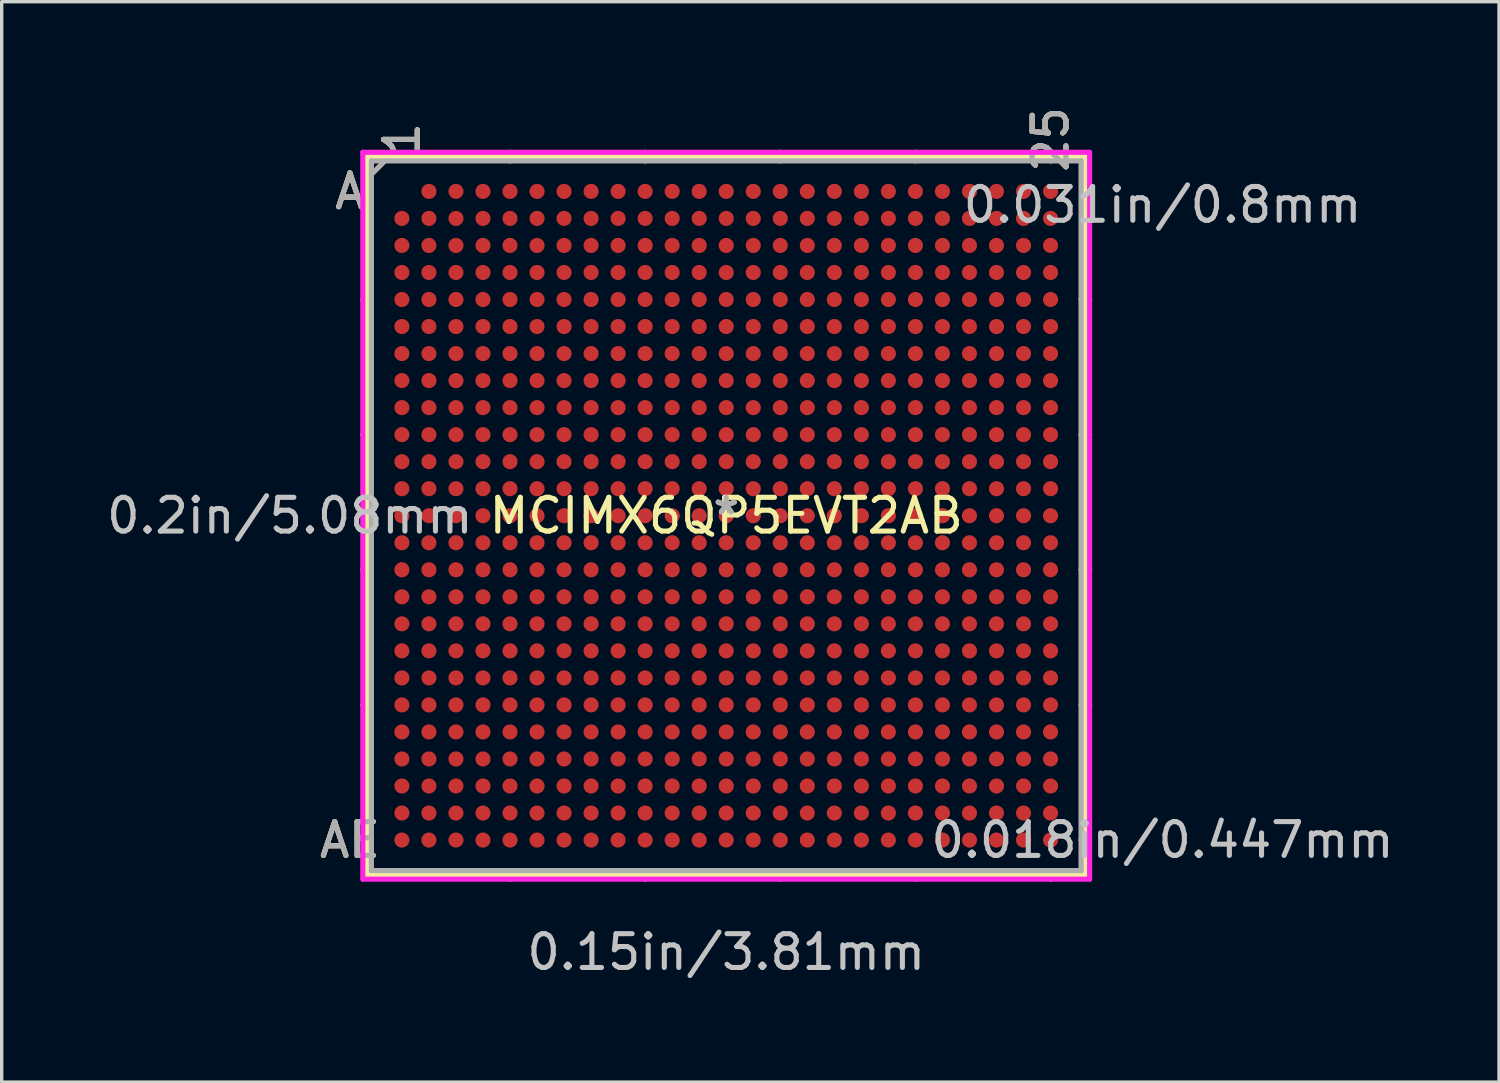
<source format=kicad_pcb>
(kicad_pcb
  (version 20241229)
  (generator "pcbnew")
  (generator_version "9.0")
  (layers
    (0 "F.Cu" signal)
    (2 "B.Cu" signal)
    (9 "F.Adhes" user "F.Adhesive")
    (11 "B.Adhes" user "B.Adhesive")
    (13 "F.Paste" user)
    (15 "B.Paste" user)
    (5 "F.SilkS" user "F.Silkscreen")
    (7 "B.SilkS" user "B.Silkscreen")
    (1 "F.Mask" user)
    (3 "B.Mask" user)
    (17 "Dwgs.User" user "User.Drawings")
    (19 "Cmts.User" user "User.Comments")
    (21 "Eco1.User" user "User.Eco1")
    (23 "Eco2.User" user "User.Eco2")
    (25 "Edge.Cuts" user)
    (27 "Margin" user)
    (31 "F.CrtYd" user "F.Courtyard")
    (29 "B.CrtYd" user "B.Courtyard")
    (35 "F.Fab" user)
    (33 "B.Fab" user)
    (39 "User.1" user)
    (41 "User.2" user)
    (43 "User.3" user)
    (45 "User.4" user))
  (footprint "MCIMX6QP5EVT2AB"
    (layer "F.Cu")
    (at 18.446 12.215)
    (property "Reference" "MCIMX6QP5EVT2AB" (at 0 0 0) (layer "F.SilkS") (effects (font (size 1 1) (thickness 0.15))))
    (attr through_hole)
    (fp_line (start -10.63 -10.63) (end -10.63 10.63) (stroke (width 0.152) (type solid)) (layer "F.SilkS"))
    (fp_line (start -10.63 10.63) (end 10.63 10.63) (stroke (width 0.152) (type solid)) (layer "F.SilkS"))
    (fp_line (start -10.503 -6.4) (end -10.757 -6.4) (stroke (width 0.152) (type solid)) (layer "F.SilkS"))
    (fp_line (start -10.503 -2.4) (end -10.757 -2.4) (stroke (width 0.152) (type solid)) (layer "F.SilkS"))
    (fp_line (start -10.503 1.6) (end -10.757 1.6) (stroke (width 0.152) (type solid)) (layer "F.SilkS"))
    (fp_line (start -10.503 5.6) (end -10.757 5.6) (stroke (width 0.152) (type solid)) (layer "F.SilkS"))
    (fp_line (start -10.503 9.6) (end -10.757 9.6) (stroke (width 0.152) (type solid)) (layer "F.SilkS"))
    (fp_line (start -6.4 -10.503) (end -6.4 -10.757) (stroke (width 0.152) (type solid)) (layer "F.SilkS"))
    (fp_line (start -6.4 10.503) (end -6.4 10.757) (stroke (width 0.152) (type solid)) (layer "F.SilkS"))
    (fp_line (start -2.4 -10.503) (end -2.4 -10.757) (stroke (width 0.152) (type solid)) (layer "F.SilkS"))
    (fp_line (start -2.4 10.503) (end -2.4 10.757) (stroke (width 0.152) (type solid)) (layer "F.SilkS"))
    (fp_line (start 1.6 -10.503) (end 1.6 -10.757) (stroke (width 0.152) (type solid)) (layer "F.SilkS"))
    (fp_line (start 1.6 10.503) (end 1.6 10.757) (stroke (width 0.152) (type solid)) (layer "F.SilkS"))
    (fp_line (start 5.6 -10.503) (end 5.6 -10.757) (stroke (width 0.152) (type solid)) (layer "F.SilkS"))
    (fp_line (start 5.6 10.503) (end 5.6 10.757) (stroke (width 0.152) (type solid)) (layer "F.SilkS"))
    (fp_line (start 9.6 -10.503) (end 9.6 -10.757) (stroke (width 0.152) (type solid)) (layer "F.SilkS"))
    (fp_line (start 9.6 10.503) (end 9.6 10.757) (stroke (width 0.152) (type solid)) (layer "F.SilkS"))
    (fp_line (start 10.503 -6.4) (end 10.757 -6.4) (stroke (width 0.152) (type solid)) (layer "F.SilkS"))
    (fp_line (start 10.503 -2.4) (end 10.757 -2.4) (stroke (width 0.152) (type solid)) (layer "F.SilkS"))
    (fp_line (start 10.503 1.6) (end 10.757 1.6) (stroke (width 0.152) (type solid)) (layer "F.SilkS"))
    (fp_line (start 10.503 5.6) (end 10.757 5.6) (stroke (width 0.152) (type solid)) (layer "F.SilkS"))
    (fp_line (start 10.503 9.6) (end 10.757 9.6) (stroke (width 0.152) (type solid)) (layer "F.SilkS"))
    (fp_line (start 10.63 -10.63) (end -10.63 -10.63) (stroke (width 0.152) (type solid)) (layer "F.SilkS"))
    (fp_line (start 10.63 10.63) (end 10.63 -10.63) (stroke (width 0.152) (type solid)) (layer "F.SilkS"))
    (fp_line (start -10.757 -10.757) (end 10.757 -10.757) (stroke (width 0.152) (type solid)) (layer "F.CrtYd"))
    (fp_line (start -10.757 10.757) (end -10.757 -10.757) (stroke (width 0.152) (type solid)) (layer "F.CrtYd"))
    (fp_line (start 10.757 -10.757) (end 10.757 10.757) (stroke (width 0.152) (type solid)) (layer "F.CrtYd"))
    (fp_line (start 10.757 10.757) (end -10.757 10.757) (stroke (width 0.152) (type solid)) (layer "F.CrtYd"))
    (fp_line (start -10.503 -10.503) (end -10.503 10.503) (stroke (width 0.152) (type solid)) (layer "F.Fab"))
    (fp_line (start -10.503 10.503) (end 10.503 10.503) (stroke (width 0.152) (type solid)) (layer "F.Fab"))
    (fp_line (start -10.103 -10.503) (end -10.503 -10.103) (stroke (width 0.152) (type solid)) (layer "F.Fab"))
    (fp_line (start 10.503 -10.503) (end -10.503 -10.503) (stroke (width 0.152) (type solid)) (layer "F.Fab"))
    (fp_line (start 10.503 10.503) (end 10.503 -10.503) (stroke (width 0.152) (type solid)) (layer "F.Fab"))
    (fp_text user "AE" (at -11.138 9.6 0) (layer "F.SilkS") (effects (font (size 1 1) (thickness 0.15))))
    (fp_text user "A" (at -11.138 -9.6 0) (layer "F.SilkS") (effects (font (size 1 1) (thickness 0.15))))
    (fp_text user "*" (at 0 0 0) (layer "F.SilkS") (effects (font (size 1 1) (thickness 0.15))))
    (fp_text user "25" (at 9.6 -11.138 90) (layer "F.SilkS") (effects (font (size 1 1) (thickness 0.15))))
    (fp_text user "1" (at -9.6 -11.138 90) (layer "F.SilkS") (effects (font (size 1 1) (thickness 0.15))))
    (fp_text user "A" (at -11.138 -9.6 0) (layer "B.SilkS") (effects (font (size 1 1) (thickness 0.15))))
    (fp_text user "1" (at -9.6 -11.138 90) (layer "B.SilkS") (effects (font (size 1 1) (thickness 0.15))))
    (fp_text user "AE" (at -11.138 9.6 0) (layer "B.SilkS") (effects (font (size 1 1) (thickness 0.15))))
    (fp_text user "25" (at 9.6 -11.138 90) (layer "B.SilkS") (effects (font (size 1 1) (thickness 0.15))))
    (fp_text user "0.018in/0.447mm" (at 12.916 9.6 0) (layer "Dwgs.User") (effects (font (size 1 1) (thickness 0.15))))
    (fp_text user "0.2in/5.08mm" (at -12.916 0 0) (layer "Dwgs.User") (effects (font (size 1 1) (thickness 0.15))))
    (fp_text user "0.031in/0.8mm" (at 12.916 -9.2 0) (layer "Dwgs.User") (effects (font (size 1 1) (thickness 0.15))))
    (fp_text user "0.15in/3.81mm" (at 0 12.916 0) (layer "Dwgs.User") (effects (font (size 1 1) (thickness 0.15))))
    (fp_text user "Copyright 2016 Accelerated Designs. All rights reserved." (at 0 0 0) (layer "Cmts.User") (effects (font (size 0.127 0.127) (thickness 0.002))))
    (fp_text user "1" (at -9.6 -11.138 90) (layer "F.Fab") (effects (font (size 1 1) (thickness 0.15))))
    (fp_text user "AE" (at -11.138 9.6 0) (layer "F.Fab") (effects (font (size 1 1) (thickness 0.15))))
    (fp_text user "25" (at 9.6 -11.138 90) (layer "F.Fab") (effects (font (size 1 1) (thickness 0.15))))
    (fp_text user "*" (at 0 0 0) (layer "F.Fab") (effects (font (size 1 1) (thickness 0.15))))
    (fp_text user "A" (at -11.138 -9.6 0) (layer "F.Fab") (effects (font (size 1 1) (thickness 0.15))))
    (pad "A2" smd circle (at -8.8 -9.6) (size 0.447 0.447) (layers "F.Cu" "F.Mask" "F.Paste"))
    (pad "A3" smd circle (at -8 -9.6) (size 0.447 0.447) (layers "F.Cu" "F.Mask" "F.Paste"))
    (pad "A4" smd circle (at -7.2 -9.6) (size 0.447 0.447) (layers "F.Cu" "F.Mask" "F.Paste"))
    (pad "A5" smd circle (at -6.4 -9.6) (size 0.447 0.447) (layers "F.Cu" "F.Mask" "F.Paste"))
    (pad "A6" smd circle (at -5.6 -9.6) (size 0.447 0.447) (layers "F.Cu" "F.Mask" "F.Paste"))
    (pad "A7" smd circle (at -4.8 -9.6) (size 0.447 0.447) (layers "F.Cu" "F.Mask" "F.Paste"))
    (pad "A8" smd circle (at -4 -9.6) (size 0.447 0.447) (layers "F.Cu" "F.Mask" "F.Paste"))
    (pad "A9" smd circle (at -3.2 -9.6) (size 0.447 0.447) (layers "F.Cu" "F.Mask" "F.Paste"))
    (pad "A10" smd circle (at -2.4 -9.6) (size 0.447 0.447) (layers "F.Cu" "F.Mask" "F.Paste"))
    (pad "A11" smd circle (at -1.6 -9.6) (size 0.447 0.447) (layers "F.Cu" "F.Mask" "F.Paste"))
    (pad "A12" smd circle (at -0.8 -9.6) (size 0.447 0.447) (layers "F.Cu" "F.Mask" "F.Paste"))
    (pad "A13" smd circle (at 0 -9.6) (size 0.447 0.447) (layers "F.Cu" "F.Mask" "F.Paste"))
    (pad "A14" smd circle (at 0.8 -9.6) (size 0.447 0.447) (layers "F.Cu" "F.Mask" "F.Paste"))
    (pad "A15" smd circle (at 1.6 -9.6) (size 0.447 0.447) (layers "F.Cu" "F.Mask" "F.Paste"))
    (pad "A16" smd circle (at 2.4 -9.6) (size 0.447 0.447) (layers "F.Cu" "F.Mask" "F.Paste"))
    (pad "A17" smd circle (at 3.2 -9.6) (size 0.447 0.447) (layers "F.Cu" "F.Mask" "F.Paste"))
    (pad "A18" smd circle (at 4 -9.6) (size 0.447 0.447) (layers "F.Cu" "F.Mask" "F.Paste"))
    (pad "A19" smd circle (at 4.8 -9.6) (size 0.447 0.447) (layers "F.Cu" "F.Mask" "F.Paste"))
    (pad "A20" smd circle (at 5.6 -9.6) (size 0.447 0.447) (layers "F.Cu" "F.Mask" "F.Paste"))
    (pad "A21" smd circle (at 6.4 -9.6) (size 0.447 0.447) (layers "F.Cu" "F.Mask" "F.Paste"))
    (pad "A22" smd circle (at 7.2 -9.6) (size 0.447 0.447) (layers "F.Cu" "F.Mask" "F.Paste"))
    (pad "A23" smd circle (at 8 -9.6) (size 0.447 0.447) (layers "F.Cu" "F.Mask" "F.Paste"))
    (pad "A24" smd circle (at 8.8 -9.6) (size 0.447 0.447) (layers "F.Cu" "F.Mask" "F.Paste"))
    (pad "A25" smd circle (at 9.6 -9.6) (size 0.447 0.447) (layers "F.Cu" "F.Mask" "F.Paste"))
    (pad "AA1" smd circle (at -9.6 6.4) (size 0.447 0.447) (layers "F.Cu" "F.Mask" "F.Paste"))
    (pad "AA2" smd circle (at -8.8 6.4) (size 0.447 0.447) (layers "F.Cu" "F.Mask" "F.Paste"))
    (pad "AA3" smd circle (at -8 6.4) (size 0.447 0.447) (layers "F.Cu" "F.Mask" "F.Paste"))
    (pad "AA4" smd circle (at -7.2 6.4) (size 0.447 0.447) (layers "F.Cu" "F.Mask" "F.Paste"))
    (pad "AA5" smd circle (at -6.4 6.4) (size 0.447 0.447) (layers "F.Cu" "F.Mask" "F.Paste"))
    (pad "AA6" smd circle (at -5.6 6.4) (size 0.447 0.447) (layers "F.Cu" "F.Mask" "F.Paste"))
    (pad "AA7" smd circle (at -4.8 6.4) (size 0.447 0.447) (layers "F.Cu" "F.Mask" "F.Paste"))
    (pad "AA8" smd circle (at -4 6.4) (size 0.447 0.447) (layers "F.Cu" "F.Mask" "F.Paste"))
    (pad "AA9" smd circle (at -3.2 6.4) (size 0.447 0.447) (layers "F.Cu" "F.Mask" "F.Paste"))
    (pad "AA10" smd circle (at -2.4 6.4) (size 0.447 0.447) (layers "F.Cu" "F.Mask" "F.Paste"))
    (pad "AA11" smd circle (at -1.6 6.4) (size 0.447 0.447) (layers "F.Cu" "F.Mask" "F.Paste"))
    (pad "AA12" smd circle (at -0.8 6.4) (size 0.447 0.447) (layers "F.Cu" "F.Mask" "F.Paste"))
    (pad "AA13" smd circle (at 0 6.4) (size 0.447 0.447) (layers "F.Cu" "F.Mask" "F.Paste"))
    (pad "AA14" smd circle (at 0.8 6.4) (size 0.447 0.447) (layers "F.Cu" "F.Mask" "F.Paste"))
    (pad "AA15" smd circle (at 1.6 6.4) (size 0.447 0.447) (layers "F.Cu" "F.Mask" "F.Paste"))
    (pad "AA16" smd circle (at 2.4 6.4) (size 0.447 0.447) (layers "F.Cu" "F.Mask" "F.Paste"))
    (pad "AA17" smd circle (at 3.2 6.4) (size 0.447 0.447) (layers "F.Cu" "F.Mask" "F.Paste"))
    (pad "AA18" smd circle (at 4 6.4) (size 0.447 0.447) (layers "F.Cu" "F.Mask" "F.Paste"))
    (pad "AA19" smd circle (at 4.8 6.4) (size 0.447 0.447) (layers "F.Cu" "F.Mask" "F.Paste"))
    (pad "AA20" smd circle (at 5.6 6.4) (size 0.447 0.447) (layers "F.Cu" "F.Mask" "F.Paste"))
    (pad "AA21" smd circle (at 6.4 6.4) (size 0.447 0.447) (layers "F.Cu" "F.Mask" "F.Paste"))
    (pad "AA22" smd circle (at 7.2 6.4) (size 0.447 0.447) (layers "F.Cu" "F.Mask" "F.Paste"))
    (pad "AA23" smd circle (at 8 6.4) (size 0.447 0.447) (layers "F.Cu" "F.Mask" "F.Paste"))
    (pad "AA24" smd circle (at 8.8 6.4) (size 0.447 0.447) (layers "F.Cu" "F.Mask" "F.Paste"))
    (pad "AA25" smd circle (at 9.6 6.4) (size 0.447 0.447) (layers "F.Cu" "F.Mask" "F.Paste"))
    (pad "AB1" smd circle (at -9.6 7.2) (size 0.447 0.447) (layers "F.Cu" "F.Mask" "F.Paste"))
    (pad "AB2" smd circle (at -8.8 7.2) (size 0.447 0.447) (layers "F.Cu" "F.Mask" "F.Paste"))
    (pad "AB3" smd circle (at -8 7.2) (size 0.447 0.447) (layers "F.Cu" "F.Mask" "F.Paste"))
    (pad "AB4" smd circle (at -7.2 7.2) (size 0.447 0.447) (layers "F.Cu" "F.Mask" "F.Paste"))
    (pad "AB5" smd circle (at -6.4 7.2) (size 0.447 0.447) (layers "F.Cu" "F.Mask" "F.Paste"))
    (pad "AB6" smd circle (at -5.6 7.2) (size 0.447 0.447) (layers "F.Cu" "F.Mask" "F.Paste"))
    (pad "AB7" smd circle (at -4.8 7.2) (size 0.447 0.447) (layers "F.Cu" "F.Mask" "F.Paste"))
    (pad "AB8" smd circle (at -4 7.2) (size 0.447 0.447) (layers "F.Cu" "F.Mask" "F.Paste"))
    (pad "AB9" smd circle (at -3.2 7.2) (size 0.447 0.447) (layers "F.Cu" "F.Mask" "F.Paste"))
    (pad "AB10" smd circle (at -2.4 7.2) (size 0.447 0.447) (layers "F.Cu" "F.Mask" "F.Paste"))
    (pad "AB11" smd circle (at -1.6 7.2) (size 0.447 0.447) (layers "F.Cu" "F.Mask" "F.Paste"))
    (pad "AB12" smd circle (at -0.8 7.2) (size 0.447 0.447) (layers "F.Cu" "F.Mask" "F.Paste"))
    (pad "AB13" smd circle (at 0 7.2) (size 0.447 0.447) (layers "F.Cu" "F.Mask" "F.Paste"))
    (pad "AB14" smd circle (at 0.8 7.2) (size 0.447 0.447) (layers "F.Cu" "F.Mask" "F.Paste"))
    (pad "AB15" smd circle (at 1.6 7.2) (size 0.447 0.447) (layers "F.Cu" "F.Mask" "F.Paste"))
    (pad "AB16" smd circle (at 2.4 7.2) (size 0.447 0.447) (layers "F.Cu" "F.Mask" "F.Paste"))
    (pad "AB17" smd circle (at 3.2 7.2) (size 0.447 0.447) (layers "F.Cu" "F.Mask" "F.Paste"))
    (pad "AB18" smd circle (at 4 7.2) (size 0.447 0.447) (layers "F.Cu" "F.Mask" "F.Paste"))
    (pad "AB19" smd circle (at 4.8 7.2) (size 0.447 0.447) (layers "F.Cu" "F.Mask" "F.Paste"))
    (pad "AB20" smd circle (at 5.6 7.2) (size 0.447 0.447) (layers "F.Cu" "F.Mask" "F.Paste"))
    (pad "AB21" smd circle (at 6.4 7.2) (size 0.447 0.447) (layers "F.Cu" "F.Mask" "F.Paste"))
    (pad "AB22" smd circle (at 7.2 7.2) (size 0.447 0.447) (layers "F.Cu" "F.Mask" "F.Paste"))
    (pad "AB23" smd circle (at 8 7.2) (size 0.447 0.447) (layers "F.Cu" "F.Mask" "F.Paste"))
    (pad "AB24" smd circle (at 8.8 7.2) (size 0.447 0.447) (layers "F.Cu" "F.Mask" "F.Paste"))
    (pad "AB25" smd circle (at 9.6 7.2) (size 0.447 0.447) (layers "F.Cu" "F.Mask" "F.Paste"))
    (pad "AC1" smd circle (at -9.6 8) (size 0.447 0.447) (layers "F.Cu" "F.Mask" "F.Paste"))
    (pad "AC2" smd circle (at -8.8 8) (size 0.447 0.447) (layers "F.Cu" "F.Mask" "F.Paste"))
    (pad "AC3" smd circle (at -8 8) (size 0.447 0.447) (layers "F.Cu" "F.Mask" "F.Paste"))
    (pad "AC4" smd circle (at -7.2 8) (size 0.447 0.447) (layers "F.Cu" "F.Mask" "F.Paste"))
    (pad "AC5" smd circle (at -6.4 8) (size 0.447 0.447) (layers "F.Cu" "F.Mask" "F.Paste"))
    (pad "AC6" smd circle (at -5.6 8) (size 0.447 0.447) (layers "F.Cu" "F.Mask" "F.Paste"))
    (pad "AC7" smd circle (at -4.8 8) (size 0.447 0.447) (layers "F.Cu" "F.Mask" "F.Paste"))
    (pad "AC8" smd circle (at -4 8) (size 0.447 0.447) (layers "F.Cu" "F.Mask" "F.Paste"))
    (pad "AC9" smd circle (at -3.2 8) (size 0.447 0.447) (layers "F.Cu" "F.Mask" "F.Paste"))
    (pad "AC10" smd circle (at -2.4 8) (size 0.447 0.447) (layers "F.Cu" "F.Mask" "F.Paste"))
    (pad "AC11" smd circle (at -1.6 8) (size 0.447 0.447) (layers "F.Cu" "F.Mask" "F.Paste"))
    (pad "AC12" smd circle (at -0.8 8) (size 0.447 0.447) (layers "F.Cu" "F.Mask" "F.Paste"))
    (pad "AC13" smd circle (at 0 8) (size 0.447 0.447) (layers "F.Cu" "F.Mask" "F.Paste"))
    (pad "AC14" smd circle (at 0.8 8) (size 0.447 0.447) (layers "F.Cu" "F.Mask" "F.Paste"))
    (pad "AC15" smd circle (at 1.6 8) (size 0.447 0.447) (layers "F.Cu" "F.Mask" "F.Paste"))
    (pad "AC16" smd circle (at 2.4 8) (size 0.447 0.447) (layers "F.Cu" "F.Mask" "F.Paste"))
    (pad "AC17" smd circle (at 3.2 8) (size 0.447 0.447) (layers "F.Cu" "F.Mask" "F.Paste"))
    (pad "AC18" smd circle (at 4 8) (size 0.447 0.447) (layers "F.Cu" "F.Mask" "F.Paste"))
    (pad "AC19" smd circle (at 4.8 8) (size 0.447 0.447) (layers "F.Cu" "F.Mask" "F.Paste"))
    (pad "AC20" smd circle (at 5.6 8) (size 0.447 0.447) (layers "F.Cu" "F.Mask" "F.Paste"))
    (pad "AC21" smd circle (at 6.4 8) (size 0.447 0.447) (layers "F.Cu" "F.Mask" "F.Paste"))
    (pad "AC22" smd circle (at 7.2 8) (size 0.447 0.447) (layers "F.Cu" "F.Mask" "F.Paste"))
    (pad "AC23" smd circle (at 8 8) (size 0.447 0.447) (layers "F.Cu" "F.Mask" "F.Paste"))
    (pad "AC24" smd circle (at 8.8 8) (size 0.447 0.447) (layers "F.Cu" "F.Mask" "F.Paste"))
    (pad "AC25" smd circle (at 9.6 8) (size 0.447 0.447) (layers "F.Cu" "F.Mask" "F.Paste"))
    (pad "AD1" smd circle (at -9.6 8.8) (size 0.447 0.447) (layers "F.Cu" "F.Mask" "F.Paste"))
    (pad "AD2" smd circle (at -8.8 8.8) (size 0.447 0.447) (layers "F.Cu" "F.Mask" "F.Paste"))
    (pad "AD3" smd circle (at -8 8.8) (size 0.447 0.447) (layers "F.Cu" "F.Mask" "F.Paste"))
    (pad "AD4" smd circle (at -7.2 8.8) (size 0.447 0.447) (layers "F.Cu" "F.Mask" "F.Paste"))
    (pad "AD5" smd circle (at -6.4 8.8) (size 0.447 0.447) (layers "F.Cu" "F.Mask" "F.Paste"))
    (pad "AD6" smd circle (at -5.6 8.8) (size 0.447 0.447) (layers "F.Cu" "F.Mask" "F.Paste"))
    (pad "AD7" smd circle (at -4.8 8.8) (size 0.447 0.447) (layers "F.Cu" "F.Mask" "F.Paste"))
    (pad "AD8" smd circle (at -4 8.8) (size 0.447 0.447) (layers "F.Cu" "F.Mask" "F.Paste"))
    (pad "AD9" smd circle (at -3.2 8.8) (size 0.447 0.447) (layers "F.Cu" "F.Mask" "F.Paste"))
    (pad "AD10" smd circle (at -2.4 8.8) (size 0.447 0.447) (layers "F.Cu" "F.Mask" "F.Paste"))
    (pad "AD11" smd circle (at -1.6 8.8) (size 0.447 0.447) (layers "F.Cu" "F.Mask" "F.Paste"))
    (pad "AD12" smd circle (at -0.8 8.8) (size 0.447 0.447) (layers "F.Cu" "F.Mask" "F.Paste"))
    (pad "AD13" smd circle (at 0 8.8) (size 0.447 0.447) (layers "F.Cu" "F.Mask" "F.Paste"))
    (pad "AD14" smd circle (at 0.8 8.8) (size 0.447 0.447) (layers "F.Cu" "F.Mask" "F.Paste"))
    (pad "AD15" smd circle (at 1.6 8.8) (size 0.447 0.447) (layers "F.Cu" "F.Mask" "F.Paste"))
    (pad "AD16" smd circle (at 2.4 8.8) (size 0.447 0.447) (layers "F.Cu" "F.Mask" "F.Paste"))
    (pad "AD17" smd circle (at 3.2 8.8) (size 0.447 0.447) (layers "F.Cu" "F.Mask" "F.Paste"))
    (pad "AD18" smd circle (at 4 8.8) (size 0.447 0.447) (layers "F.Cu" "F.Mask" "F.Paste"))
    (pad "AD19" smd circle (at 4.8 8.8) (size 0.447 0.447) (layers "F.Cu" "F.Mask" "F.Paste"))
    (pad "AD20" smd circle (at 5.6 8.8) (size 0.447 0.447) (layers "F.Cu" "F.Mask" "F.Paste"))
    (pad "AD21" smd circle (at 6.4 8.8) (size 0.447 0.447) (layers "F.Cu" "F.Mask" "F.Paste"))
    (pad "AD22" smd circle (at 7.2 8.8) (size 0.447 0.447) (layers "F.Cu" "F.Mask" "F.Paste"))
    (pad "AD23" smd circle (at 8 8.8) (size 0.447 0.447) (layers "F.Cu" "F.Mask" "F.Paste"))
    (pad "AD24" smd circle (at 8.8 8.8) (size 0.447 0.447) (layers "F.Cu" "F.Mask" "F.Paste"))
    (pad "AD25" smd circle (at 9.6 8.8) (size 0.447 0.447) (layers "F.Cu" "F.Mask" "F.Paste"))
    (pad "AE1" smd circle (at -9.6 9.6) (size 0.447 0.447) (layers "F.Cu" "F.Mask" "F.Paste"))
    (pad "AE2" smd circle (at -8.8 9.6) (size 0.447 0.447) (layers "F.Cu" "F.Mask" "F.Paste"))
    (pad "AE3" smd circle (at -8 9.6) (size 0.447 0.447) (layers "F.Cu" "F.Mask" "F.Paste"))
    (pad "AE4" smd circle (at -7.2 9.6) (size 0.447 0.447) (layers "F.Cu" "F.Mask" "F.Paste"))
    (pad "AE5" smd circle (at -6.4 9.6) (size 0.447 0.447) (layers "F.Cu" "F.Mask" "F.Paste"))
    (pad "AE6" smd circle (at -5.6 9.6) (size 0.447 0.447) (layers "F.Cu" "F.Mask" "F.Paste"))
    (pad "AE7" smd circle (at -4.8 9.6) (size 0.447 0.447) (layers "F.Cu" "F.Mask" "F.Paste"))
    (pad "AE8" smd circle (at -4 9.6) (size 0.447 0.447) (layers "F.Cu" "F.Mask" "F.Paste"))
    (pad "AE9" smd circle (at -3.2 9.6) (size 0.447 0.447) (layers "F.Cu" "F.Mask" "F.Paste"))
    (pad "AE10" smd circle (at -2.4 9.6) (size 0.447 0.447) (layers "F.Cu" "F.Mask" "F.Paste"))
    (pad "AE11" smd circle (at -1.6 9.6) (size 0.447 0.447) (layers "F.Cu" "F.Mask" "F.Paste"))
    (pad "AE12" smd circle (at -0.8 9.6) (size 0.447 0.447) (layers "F.Cu" "F.Mask" "F.Paste"))
    (pad "AE13" smd circle (at 0 9.6) (size 0.447 0.447) (layers "F.Cu" "F.Mask" "F.Paste"))
    (pad "AE14" smd circle (at 0.8 9.6) (size 0.447 0.447) (layers "F.Cu" "F.Mask" "F.Paste"))
    (pad "AE15" smd circle (at 1.6 9.6) (size 0.447 0.447) (layers "F.Cu" "F.Mask" "F.Paste"))
    (pad "AE16" smd circle (at 2.4 9.6) (size 0.447 0.447) (layers "F.Cu" "F.Mask" "F.Paste"))
    (pad "AE17" smd circle (at 3.2 9.6) (size 0.447 0.447) (layers "F.Cu" "F.Mask" "F.Paste"))
    (pad "AE18" smd circle (at 4 9.6) (size 0.447 0.447) (layers "F.Cu" "F.Mask" "F.Paste"))
    (pad "AE19" smd circle (at 4.8 9.6) (size 0.447 0.447) (layers "F.Cu" "F.Mask" "F.Paste"))
    (pad "AE20" smd circle (at 5.6 9.6) (size 0.447 0.447) (layers "F.Cu" "F.Mask" "F.Paste"))
    (pad "AE21" smd circle (at 6.4 9.6) (size 0.447 0.447) (layers "F.Cu" "F.Mask" "F.Paste"))
    (pad "AE22" smd circle (at 7.2 9.6) (size 0.447 0.447) (layers "F.Cu" "F.Mask" "F.Paste"))
    (pad "AE23" smd circle (at 8 9.6) (size 0.447 0.447) (layers "F.Cu" "F.Mask" "F.Paste"))
    (pad "AE24" smd circle (at 8.8 9.6) (size 0.447 0.447) (layers "F.Cu" "F.Mask" "F.Paste"))
    (pad "AE25" smd circle (at 9.6 9.6) (size 0.447 0.447) (layers "F.Cu" "F.Mask" "F.Paste"))
    (pad "B1" smd circle (at -9.6 -8.8) (size 0.447 0.447) (layers "F.Cu" "F.Mask" "F.Paste"))
    (pad "B2" smd circle (at -8.8 -8.8) (size 0.447 0.447) (layers "F.Cu" "F.Mask" "F.Paste"))
    (pad "B3" smd circle (at -8 -8.8) (size 0.447 0.447) (layers "F.Cu" "F.Mask" "F.Paste"))
    (pad "B4" smd circle (at -7.2 -8.8) (size 0.447 0.447) (layers "F.Cu" "F.Mask" "F.Paste"))
    (pad "B5" smd circle (at -6.4 -8.8) (size 0.447 0.447) (layers "F.Cu" "F.Mask" "F.Paste"))
    (pad "B6" smd circle (at -5.6 -8.8) (size 0.447 0.447) (layers "F.Cu" "F.Mask" "F.Paste"))
    (pad "B7" smd circle (at -4.8 -8.8) (size 0.447 0.447) (layers "F.Cu" "F.Mask" "F.Paste"))
    (pad "B8" smd circle (at -4 -8.8) (size 0.447 0.447) (layers "F.Cu" "F.Mask" "F.Paste"))
    (pad "B9" smd circle (at -3.2 -8.8) (size 0.447 0.447) (layers "F.Cu" "F.Mask" "F.Paste"))
    (pad "B10" smd circle (at -2.4 -8.8) (size 0.447 0.447) (layers "F.Cu" "F.Mask" "F.Paste"))
    (pad "B11" smd circle (at -1.6 -8.8) (size 0.447 0.447) (layers "F.Cu" "F.Mask" "F.Paste"))
    (pad "B12" smd circle (at -0.8 -8.8) (size 0.447 0.447) (layers "F.Cu" "F.Mask" "F.Paste"))
    (pad "B13" smd circle (at 0 -8.8) (size 0.447 0.447) (layers "F.Cu" "F.Mask" "F.Paste"))
    (pad "B14" smd circle (at 0.8 -8.8) (size 0.447 0.447) (layers "F.Cu" "F.Mask" "F.Paste"))
    (pad "B15" smd circle (at 1.6 -8.8) (size 0.447 0.447) (layers "F.Cu" "F.Mask" "F.Paste"))
    (pad "B16" smd circle (at 2.4 -8.8) (size 0.447 0.447) (layers "F.Cu" "F.Mask" "F.Paste"))
    (pad "B17" smd circle (at 3.2 -8.8) (size 0.447 0.447) (layers "F.Cu" "F.Mask" "F.Paste"))
    (pad "B18" smd circle (at 4 -8.8) (size 0.447 0.447) (layers "F.Cu" "F.Mask" "F.Paste"))
    (pad "B19" smd circle (at 4.8 -8.8) (size 0.447 0.447) (layers "F.Cu" "F.Mask" "F.Paste"))
    (pad "B20" smd circle (at 5.6 -8.8) (size 0.447 0.447) (layers "F.Cu" "F.Mask" "F.Paste"))
    (pad "B21" smd circle (at 6.4 -8.8) (size 0.447 0.447) (layers "F.Cu" "F.Mask" "F.Paste"))
    (pad "B22" smd circle (at 7.2 -8.8) (size 0.447 0.447) (layers "F.Cu" "F.Mask" "F.Paste"))
    (pad "B23" smd circle (at 8 -8.8) (size 0.447 0.447) (layers "F.Cu" "F.Mask" "F.Paste"))
    (pad "B24" smd circle (at 8.8 -8.8) (size 0.447 0.447) (layers "F.Cu" "F.Mask" "F.Paste"))
    (pad "B25" smd circle (at 9.6 -8.8) (size 0.447 0.447) (layers "F.Cu" "F.Mask" "F.Paste"))
    (pad "C1" smd circle (at -9.6 -8) (size 0.447 0.447) (layers "F.Cu" "F.Mask" "F.Paste"))
    (pad "C2" smd circle (at -8.8 -8) (size 0.447 0.447) (layers "F.Cu" "F.Mask" "F.Paste"))
    (pad "C3" smd circle (at -8 -8) (size 0.447 0.447) (layers "F.Cu" "F.Mask" "F.Paste"))
    (pad "C4" smd circle (at -7.2 -8) (size 0.447 0.447) (layers "F.Cu" "F.Mask" "F.Paste"))
    (pad "C5" smd circle (at -6.4 -8) (size 0.447 0.447) (layers "F.Cu" "F.Mask" "F.Paste"))
    (pad "C6" smd circle (at -5.6 -8) (size 0.447 0.447) (layers "F.Cu" "F.Mask" "F.Paste"))
    (pad "C7" smd circle (at -4.8 -8) (size 0.447 0.447) (layers "F.Cu" "F.Mask" "F.Paste"))
    (pad "C8" smd circle (at -4 -8) (size 0.447 0.447) (layers "F.Cu" "F.Mask" "F.Paste"))
    (pad "C9" smd circle (at -3.2 -8) (size 0.447 0.447) (layers "F.Cu" "F.Mask" "F.Paste"))
    (pad "C10" smd circle (at -2.4 -8) (size 0.447 0.447) (layers "F.Cu" "F.Mask" "F.Paste"))
    (pad "C11" smd circle (at -1.6 -8) (size 0.447 0.447) (layers "F.Cu" "F.Mask" "F.Paste"))
    (pad "C12" smd circle (at -0.8 -8) (size 0.447 0.447) (layers "F.Cu" "F.Mask" "F.Paste"))
    (pad "C13" smd circle (at 0 -8) (size 0.447 0.447) (layers "F.Cu" "F.Mask" "F.Paste"))
    (pad "C14" smd circle (at 0.8 -8) (size 0.447 0.447) (layers "F.Cu" "F.Mask" "F.Paste"))
    (pad "C15" smd circle (at 1.6 -8) (size 0.447 0.447) (layers "F.Cu" "F.Mask" "F.Paste"))
    (pad "C16" smd circle (at 2.4 -8) (size 0.447 0.447) (layers "F.Cu" "F.Mask" "F.Paste"))
    (pad "C17" smd circle (at 3.2 -8) (size 0.447 0.447) (layers "F.Cu" "F.Mask" "F.Paste"))
    (pad "C18" smd circle (at 4 -8) (size 0.447 0.447) (layers "F.Cu" "F.Mask" "F.Paste"))
    (pad "C19" smd circle (at 4.8 -8) (size 0.447 0.447) (layers "F.Cu" "F.Mask" "F.Paste"))
    (pad "C20" smd circle (at 5.6 -8) (size 0.447 0.447) (layers "F.Cu" "F.Mask" "F.Paste"))
    (pad "C21" smd circle (at 6.4 -8) (size 0.447 0.447) (layers "F.Cu" "F.Mask" "F.Paste"))
    (pad "C22" smd circle (at 7.2 -8) (size 0.447 0.447) (layers "F.Cu" "F.Mask" "F.Paste"))
    (pad "C23" smd circle (at 8 -8) (size 0.447 0.447) (layers "F.Cu" "F.Mask" "F.Paste"))
    (pad "C24" smd circle (at 8.8 -8) (size 0.447 0.447) (layers "F.Cu" "F.Mask" "F.Paste"))
    (pad "C25" smd circle (at 9.6 -8) (size 0.447 0.447) (layers "F.Cu" "F.Mask" "F.Paste"))
    (pad "D1" smd circle (at -9.6 -7.2) (size 0.447 0.447) (layers "F.Cu" "F.Mask" "F.Paste"))
    (pad "D2" smd circle (at -8.8 -7.2) (size 0.447 0.447) (layers "F.Cu" "F.Mask" "F.Paste"))
    (pad "D3" smd circle (at -8 -7.2) (size 0.447 0.447) (layers "F.Cu" "F.Mask" "F.Paste"))
    (pad "D4" smd circle (at -7.2 -7.2) (size 0.447 0.447) (layers "F.Cu" "F.Mask" "F.Paste"))
    (pad "D5" smd circle (at -6.4 -7.2) (size 0.447 0.447) (layers "F.Cu" "F.Mask" "F.Paste"))
    (pad "D6" smd circle (at -5.6 -7.2) (size 0.447 0.447) (layers "F.Cu" "F.Mask" "F.Paste"))
    (pad "D7" smd circle (at -4.8 -7.2) (size 0.447 0.447) (layers "F.Cu" "F.Mask" "F.Paste"))
    (pad "D8" smd circle (at -4 -7.2) (size 0.447 0.447) (layers "F.Cu" "F.Mask" "F.Paste"))
    (pad "D9" smd circle (at -3.2 -7.2) (size 0.447 0.447) (layers "F.Cu" "F.Mask" "F.Paste"))
    (pad "D10" smd circle (at -2.4 -7.2) (size 0.447 0.447) (layers "F.Cu" "F.Mask" "F.Paste"))
    (pad "D11" smd circle (at -1.6 -7.2) (size 0.447 0.447) (layers "F.Cu" "F.Mask" "F.Paste"))
    (pad "D12" smd circle (at -0.8 -7.2) (size 0.447 0.447) (layers "F.Cu" "F.Mask" "F.Paste"))
    (pad "D13" smd circle (at 0 -7.2) (size 0.447 0.447) (layers "F.Cu" "F.Mask" "F.Paste"))
    (pad "D14" smd circle (at 0.8 -7.2) (size 0.447 0.447) (layers "F.Cu" "F.Mask" "F.Paste"))
    (pad "D15" smd circle (at 1.6 -7.2) (size 0.447 0.447) (layers "F.Cu" "F.Mask" "F.Paste"))
    (pad "D16" smd circle (at 2.4 -7.2) (size 0.447 0.447) (layers "F.Cu" "F.Mask" "F.Paste"))
    (pad "D17" smd circle (at 3.2 -7.2) (size 0.447 0.447) (layers "F.Cu" "F.Mask" "F.Paste"))
    (pad "D18" smd circle (at 4 -7.2) (size 0.447 0.447) (layers "F.Cu" "F.Mask" "F.Paste"))
    (pad "D19" smd circle (at 4.8 -7.2) (size 0.447 0.447) (layers "F.Cu" "F.Mask" "F.Paste"))
    (pad "D20" smd circle (at 5.6 -7.2) (size 0.447 0.447) (layers "F.Cu" "F.Mask" "F.Paste"))
    (pad "D21" smd circle (at 6.4 -7.2) (size 0.447 0.447) (layers "F.Cu" "F.Mask" "F.Paste"))
    (pad "D22" smd circle (at 7.2 -7.2) (size 0.447 0.447) (layers "F.Cu" "F.Mask" "F.Paste"))
    (pad "D23" smd circle (at 8 -7.2) (size 0.447 0.447) (layers "F.Cu" "F.Mask" "F.Paste"))
    (pad "D24" smd circle (at 8.8 -7.2) (size 0.447 0.447) (layers "F.Cu" "F.Mask" "F.Paste"))
    (pad "D25" smd circle (at 9.6 -7.2) (size 0.447 0.447) (layers "F.Cu" "F.Mask" "F.Paste"))
    (pad "E1" smd circle (at -9.6 -6.4) (size 0.447 0.447) (layers "F.Cu" "F.Mask" "F.Paste"))
    (pad "E2" smd circle (at -8.8 -6.4) (size 0.447 0.447) (layers "F.Cu" "F.Mask" "F.Paste"))
    (pad "E3" smd circle (at -8 -6.4) (size 0.447 0.447) (layers "F.Cu" "F.Mask" "F.Paste"))
    (pad "E4" smd circle (at -7.2 -6.4) (size 0.447 0.447) (layers "F.Cu" "F.Mask" "F.Paste"))
    (pad "E5" smd circle (at -6.4 -6.4) (size 0.447 0.447) (layers "F.Cu" "F.Mask" "F.Paste"))
    (pad "E6" smd circle (at -5.6 -6.4) (size 0.447 0.447) (layers "F.Cu" "F.Mask" "F.Paste"))
    (pad "E7" smd circle (at -4.8 -6.4) (size 0.447 0.447) (layers "F.Cu" "F.Mask" "F.Paste"))
    (pad "E8" smd circle (at -4 -6.4) (size 0.447 0.447) (layers "F.Cu" "F.Mask" "F.Paste"))
    (pad "E9" smd circle (at -3.2 -6.4) (size 0.447 0.447) (layers "F.Cu" "F.Mask" "F.Paste"))
    (pad "E10" smd circle (at -2.4 -6.4) (size 0.447 0.447) (layers "F.Cu" "F.Mask" "F.Paste"))
    (pad "E11" smd circle (at -1.6 -6.4) (size 0.447 0.447) (layers "F.Cu" "F.Mask" "F.Paste"))
    (pad "E12" smd circle (at -0.8 -6.4) (size 0.447 0.447) (layers "F.Cu" "F.Mask" "F.Paste"))
    (pad "E13" smd circle (at 0 -6.4) (size 0.447 0.447) (layers "F.Cu" "F.Mask" "F.Paste"))
    (pad "E14" smd circle (at 0.8 -6.4) (size 0.447 0.447) (layers "F.Cu" "F.Mask" "F.Paste"))
    (pad "E15" smd circle (at 1.6 -6.4) (size 0.447 0.447) (layers "F.Cu" "F.Mask" "F.Paste"))
    (pad "E16" smd circle (at 2.4 -6.4) (size 0.447 0.447) (layers "F.Cu" "F.Mask" "F.Paste"))
    (pad "E17" smd circle (at 3.2 -6.4) (size 0.447 0.447) (layers "F.Cu" "F.Mask" "F.Paste"))
    (pad "E18" smd circle (at 4 -6.4) (size 0.447 0.447) (layers "F.Cu" "F.Mask" "F.Paste"))
    (pad "E19" smd circle (at 4.8 -6.4) (size 0.447 0.447) (layers "F.Cu" "F.Mask" "F.Paste"))
    (pad "E20" smd circle (at 5.6 -6.4) (size 0.447 0.447) (layers "F.Cu" "F.Mask" "F.Paste"))
    (pad "E21" smd circle (at 6.4 -6.4) (size 0.447 0.447) (layers "F.Cu" "F.Mask" "F.Paste"))
    (pad "E22" smd circle (at 7.2 -6.4) (size 0.447 0.447) (layers "F.Cu" "F.Mask" "F.Paste"))
    (pad "E23" smd circle (at 8 -6.4) (size 0.447 0.447) (layers "F.Cu" "F.Mask" "F.Paste"))
    (pad "E24" smd circle (at 8.8 -6.4) (size 0.447 0.447) (layers "F.Cu" "F.Mask" "F.Paste"))
    (pad "E25" smd circle (at 9.6 -6.4) (size 0.447 0.447) (layers "F.Cu" "F.Mask" "F.Paste"))
    (pad "F1" smd circle (at -9.6 -5.6) (size 0.447 0.447) (layers "F.Cu" "F.Mask" "F.Paste"))
    (pad "F2" smd circle (at -8.8 -5.6) (size 0.447 0.447) (layers "F.Cu" "F.Mask" "F.Paste"))
    (pad "F3" smd circle (at -8 -5.6) (size 0.447 0.447) (layers "F.Cu" "F.Mask" "F.Paste"))
    (pad "F4" smd circle (at -7.2 -5.6) (size 0.447 0.447) (layers "F.Cu" "F.Mask" "F.Paste"))
    (pad "F5" smd circle (at -6.4 -5.6) (size 0.447 0.447) (layers "F.Cu" "F.Mask" "F.Paste"))
    (pad "F6" smd circle (at -5.6 -5.6) (size 0.447 0.447) (layers "F.Cu" "F.Mask" "F.Paste"))
    (pad "F7" smd circle (at -4.8 -5.6) (size 0.447 0.447) (layers "F.Cu" "F.Mask" "F.Paste"))
    (pad "F8" smd circle (at -4 -5.6) (size 0.447 0.447) (layers "F.Cu" "F.Mask" "F.Paste"))
    (pad "F9" smd circle (at -3.2 -5.6) (size 0.447 0.447) (layers "F.Cu" "F.Mask" "F.Paste"))
    (pad "F10" smd circle (at -2.4 -5.6) (size 0.447 0.447) (layers "F.Cu" "F.Mask" "F.Paste"))
    (pad "F11" smd circle (at -1.6 -5.6) (size 0.447 0.447) (layers "F.Cu" "F.Mask" "F.Paste"))
    (pad "F12" smd circle (at -0.8 -5.6) (size 0.447 0.447) (layers "F.Cu" "F.Mask" "F.Paste"))
    (pad "F13" smd circle (at 0 -5.6) (size 0.447 0.447) (layers "F.Cu" "F.Mask" "F.Paste"))
    (pad "F14" smd circle (at 0.8 -5.6) (size 0.447 0.447) (layers "F.Cu" "F.Mask" "F.Paste"))
    (pad "F15" smd circle (at 1.6 -5.6) (size 0.447 0.447) (layers "F.Cu" "F.Mask" "F.Paste"))
    (pad "F16" smd circle (at 2.4 -5.6) (size 0.447 0.447) (layers "F.Cu" "F.Mask" "F.Paste"))
    (pad "F17" smd circle (at 3.2 -5.6) (size 0.447 0.447) (layers "F.Cu" "F.Mask" "F.Paste"))
    (pad "F18" smd circle (at 4 -5.6) (size 0.447 0.447) (layers "F.Cu" "F.Mask" "F.Paste"))
    (pad "F19" smd circle (at 4.8 -5.6) (size 0.447 0.447) (layers "F.Cu" "F.Mask" "F.Paste"))
    (pad "F20" smd circle (at 5.6 -5.6) (size 0.447 0.447) (layers "F.Cu" "F.Mask" "F.Paste"))
    (pad "F21" smd circle (at 6.4 -5.6) (size 0.447 0.447) (layers "F.Cu" "F.Mask" "F.Paste"))
    (pad "F22" smd circle (at 7.2 -5.6) (size 0.447 0.447) (layers "F.Cu" "F.Mask" "F.Paste"))
    (pad "F23" smd circle (at 8 -5.6) (size 0.447 0.447) (layers "F.Cu" "F.Mask" "F.Paste"))
    (pad "F24" smd circle (at 8.8 -5.6) (size 0.447 0.447) (layers "F.Cu" "F.Mask" "F.Paste"))
    (pad "F25" smd circle (at 9.6 -5.6) (size 0.447 0.447) (layers "F.Cu" "F.Mask" "F.Paste"))
    (pad "G1" smd circle (at -9.6 -4.8) (size 0.447 0.447) (layers "F.Cu" "F.Mask" "F.Paste"))
    (pad "G2" smd circle (at -8.8 -4.8) (size 0.447 0.447) (layers "F.Cu" "F.Mask" "F.Paste"))
    (pad "G3" smd circle (at -8 -4.8) (size 0.447 0.447) (layers "F.Cu" "F.Mask" "F.Paste"))
    (pad "G4" smd circle (at -7.2 -4.8) (size 0.447 0.447) (layers "F.Cu" "F.Mask" "F.Paste"))
    (pad "G5" smd circle (at -6.4 -4.8) (size 0.447 0.447) (layers "F.Cu" "F.Mask" "F.Paste"))
    (pad "G6" smd circle (at -5.6 -4.8) (size 0.447 0.447) (layers "F.Cu" "F.Mask" "F.Paste"))
    (pad "G7" smd circle (at -4.8 -4.8) (size 0.447 0.447) (layers "F.Cu" "F.Mask" "F.Paste"))
    (pad "G8" smd circle (at -4 -4.8) (size 0.447 0.447) (layers "F.Cu" "F.Mask" "F.Paste"))
    (pad "G9" smd circle (at -3.2 -4.8) (size 0.447 0.447) (layers "F.Cu" "F.Mask" "F.Paste"))
    (pad "G10" smd circle (at -2.4 -4.8) (size 0.447 0.447) (layers "F.Cu" "F.Mask" "F.Paste"))
    (pad "G11" smd circle (at -1.6 -4.8) (size 0.447 0.447) (layers "F.Cu" "F.Mask" "F.Paste"))
    (pad "G12" smd circle (at -0.8 -4.8) (size 0.447 0.447) (layers "F.Cu" "F.Mask" "F.Paste"))
    (pad "G13" smd circle (at 0 -4.8) (size 0.447 0.447) (layers "F.Cu" "F.Mask" "F.Paste"))
    (pad "G14" smd circle (at 0.8 -4.8) (size 0.447 0.447) (layers "F.Cu" "F.Mask" "F.Paste"))
    (pad "G15" smd circle (at 1.6 -4.8) (size 0.447 0.447) (layers "F.Cu" "F.Mask" "F.Paste"))
    (pad "G16" smd circle (at 2.4 -4.8) (size 0.447 0.447) (layers "F.Cu" "F.Mask" "F.Paste"))
    (pad "G17" smd circle (at 3.2 -4.8) (size 0.447 0.447) (layers "F.Cu" "F.Mask" "F.Paste"))
    (pad "G18" smd circle (at 4 -4.8) (size 0.447 0.447) (layers "F.Cu" "F.Mask" "F.Paste"))
    (pad "G19" smd circle (at 4.8 -4.8) (size 0.447 0.447) (layers "F.Cu" "F.Mask" "F.Paste"))
    (pad "G20" smd circle (at 5.6 -4.8) (size 0.447 0.447) (layers "F.Cu" "F.Mask" "F.Paste"))
    (pad "G21" smd circle (at 6.4 -4.8) (size 0.447 0.447) (layers "F.Cu" "F.Mask" "F.Paste"))
    (pad "G22" smd circle (at 7.2 -4.8) (size 0.447 0.447) (layers "F.Cu" "F.Mask" "F.Paste"))
    (pad "G23" smd circle (at 8 -4.8) (size 0.447 0.447) (layers "F.Cu" "F.Mask" "F.Paste"))
    (pad "G24" smd circle (at 8.8 -4.8) (size 0.447 0.447) (layers "F.Cu" "F.Mask" "F.Paste"))
    (pad "G25" smd circle (at 9.6 -4.8) (size 0.447 0.447) (layers "F.Cu" "F.Mask" "F.Paste"))
    (pad "H1" smd circle (at -9.6 -4) (size 0.447 0.447) (layers "F.Cu" "F.Mask" "F.Paste"))
    (pad "H2" smd circle (at -8.8 -4) (size 0.447 0.447) (layers "F.Cu" "F.Mask" "F.Paste"))
    (pad "H3" smd circle (at -8 -4) (size 0.447 0.447) (layers "F.Cu" "F.Mask" "F.Paste"))
    (pad "H4" smd circle (at -7.2 -4) (size 0.447 0.447) (layers "F.Cu" "F.Mask" "F.Paste"))
    (pad "H5" smd circle (at -6.4 -4) (size 0.447 0.447) (layers "F.Cu" "F.Mask" "F.Paste"))
    (pad "H6" smd circle (at -5.6 -4) (size 0.447 0.447) (layers "F.Cu" "F.Mask" "F.Paste"))
    (pad "H7" smd circle (at -4.8 -4) (size 0.447 0.447) (layers "F.Cu" "F.Mask" "F.Paste"))
    (pad "H8" smd circle (at -4 -4) (size 0.447 0.447) (layers "F.Cu" "F.Mask" "F.Paste"))
    (pad "H9" smd circle (at -3.2 -4) (size 0.447 0.447) (layers "F.Cu" "F.Mask" "F.Paste"))
    (pad "H10" smd circle (at -2.4 -4) (size 0.447 0.447) (layers "F.Cu" "F.Mask" "F.Paste"))
    (pad "H11" smd circle (at -1.6 -4) (size 0.447 0.447) (layers "F.Cu" "F.Mask" "F.Paste"))
    (pad "H12" smd circle (at -0.8 -4) (size 0.447 0.447) (layers "F.Cu" "F.Mask" "F.Paste"))
    (pad "H13" smd circle (at 0 -4) (size 0.447 0.447) (layers "F.Cu" "F.Mask" "F.Paste"))
    (pad "H14" smd circle (at 0.8 -4) (size 0.447 0.447) (layers "F.Cu" "F.Mask" "F.Paste"))
    (pad "H15" smd circle (at 1.6 -4) (size 0.447 0.447) (layers "F.Cu" "F.Mask" "F.Paste"))
    (pad "H16" smd circle (at 2.4 -4) (size 0.447 0.447) (layers "F.Cu" "F.Mask" "F.Paste"))
    (pad "H17" smd circle (at 3.2 -4) (size 0.447 0.447) (layers "F.Cu" "F.Mask" "F.Paste"))
    (pad "H18" smd circle (at 4 -4) (size 0.447 0.447) (layers "F.Cu" "F.Mask" "F.Paste"))
    (pad "H19" smd circle (at 4.8 -4) (size 0.447 0.447) (layers "F.Cu" "F.Mask" "F.Paste"))
    (pad "H20" smd circle (at 5.6 -4) (size 0.447 0.447) (layers "F.Cu" "F.Mask" "F.Paste"))
    (pad "H21" smd circle (at 6.4 -4) (size 0.447 0.447) (layers "F.Cu" "F.Mask" "F.Paste"))
    (pad "H22" smd circle (at 7.2 -4) (size 0.447 0.447) (layers "F.Cu" "F.Mask" "F.Paste"))
    (pad "H23" smd circle (at 8 -4) (size 0.447 0.447) (layers "F.Cu" "F.Mask" "F.Paste"))
    (pad "H24" smd circle (at 8.8 -4) (size 0.447 0.447) (layers "F.Cu" "F.Mask" "F.Paste"))
    (pad "H25" smd circle (at 9.6 -4) (size 0.447 0.447) (layers "F.Cu" "F.Mask" "F.Paste"))
    (pad "J1" smd circle (at -9.6 -3.2) (size 0.447 0.447) (layers "F.Cu" "F.Mask" "F.Paste"))
    (pad "J2" smd circle (at -8.8 -3.2) (size 0.447 0.447) (layers "F.Cu" "F.Mask" "F.Paste"))
    (pad "J3" smd circle (at -8 -3.2) (size 0.447 0.447) (layers "F.Cu" "F.Mask" "F.Paste"))
    (pad "J4" smd circle (at -7.2 -3.2) (size 0.447 0.447) (layers "F.Cu" "F.Mask" "F.Paste"))
    (pad "J5" smd circle (at -6.4 -3.2) (size 0.447 0.447) (layers "F.Cu" "F.Mask" "F.Paste"))
    (pad "J6" smd circle (at -5.6 -3.2) (size 0.447 0.447) (layers "F.Cu" "F.Mask" "F.Paste"))
    (pad "J7" smd circle (at -4.8 -3.2) (size 0.447 0.447) (layers "F.Cu" "F.Mask" "F.Paste"))
    (pad "J8" smd circle (at -4 -3.2) (size 0.447 0.447) (layers "F.Cu" "F.Mask" "F.Paste"))
    (pad "J9" smd circle (at -3.2 -3.2) (size 0.447 0.447) (layers "F.Cu" "F.Mask" "F.Paste"))
    (pad "J10" smd circle (at -2.4 -3.2) (size 0.447 0.447) (layers "F.Cu" "F.Mask" "F.Paste"))
    (pad "J11" smd circle (at -1.6 -3.2) (size 0.447 0.447) (layers "F.Cu" "F.Mask" "F.Paste"))
    (pad "J12" smd circle (at -0.8 -3.2) (size 0.447 0.447) (layers "F.Cu" "F.Mask" "F.Paste"))
    (pad "J13" smd circle (at 0 -3.2) (size 0.447 0.447) (layers "F.Cu" "F.Mask" "F.Paste"))
    (pad "J14" smd circle (at 0.8 -3.2) (size 0.447 0.447) (layers "F.Cu" "F.Mask" "F.Paste"))
    (pad "J15" smd circle (at 1.6 -3.2) (size 0.447 0.447) (layers "F.Cu" "F.Mask" "F.Paste"))
    (pad "J16" smd circle (at 2.4 -3.2) (size 0.447 0.447) (layers "F.Cu" "F.Mask" "F.Paste"))
    (pad "J17" smd circle (at 3.2 -3.2) (size 0.447 0.447) (layers "F.Cu" "F.Mask" "F.Paste"))
    (pad "J18" smd circle (at 4 -3.2) (size 0.447 0.447) (layers "F.Cu" "F.Mask" "F.Paste"))
    (pad "J19" smd circle (at 4.8 -3.2) (size 0.447 0.447) (layers "F.Cu" "F.Mask" "F.Paste"))
    (pad "J20" smd circle (at 5.6 -3.2) (size 0.447 0.447) (layers "F.Cu" "F.Mask" "F.Paste"))
    (pad "J21" smd circle (at 6.4 -3.2) (size 0.447 0.447) (layers "F.Cu" "F.Mask" "F.Paste"))
    (pad "J22" smd circle (at 7.2 -3.2) (size 0.447 0.447) (layers "F.Cu" "F.Mask" "F.Paste"))
    (pad "J23" smd circle (at 8 -3.2) (size 0.447 0.447) (layers "F.Cu" "F.Mask" "F.Paste"))
    (pad "J24" smd circle (at 8.8 -3.2) (size 0.447 0.447) (layers "F.Cu" "F.Mask" "F.Paste"))
    (pad "J25" smd circle (at 9.6 -3.2) (size 0.447 0.447) (layers "F.Cu" "F.Mask" "F.Paste"))
    (pad "K1" smd circle (at -9.6 -2.4) (size 0.447 0.447) (layers "F.Cu" "F.Mask" "F.Paste"))
    (pad "K2" smd circle (at -8.8 -2.4) (size 0.447 0.447) (layers "F.Cu" "F.Mask" "F.Paste"))
    (pad "K3" smd circle (at -8 -2.4) (size 0.447 0.447) (layers "F.Cu" "F.Mask" "F.Paste"))
    (pad "K4" smd circle (at -7.2 -2.4) (size 0.447 0.447) (layers "F.Cu" "F.Mask" "F.Paste"))
    (pad "K5" smd circle (at -6.4 -2.4) (size 0.447 0.447) (layers "F.Cu" "F.Mask" "F.Paste"))
    (pad "K6" smd circle (at -5.6 -2.4) (size 0.447 0.447) (layers "F.Cu" "F.Mask" "F.Paste"))
    (pad "K7" smd circle (at -4.8 -2.4) (size 0.447 0.447) (layers "F.Cu" "F.Mask" "F.Paste"))
    (pad "K8" smd circle (at -4 -2.4) (size 0.447 0.447) (layers "F.Cu" "F.Mask" "F.Paste"))
    (pad "K9" smd circle (at -3.2 -2.4) (size 0.447 0.447) (layers "F.Cu" "F.Mask" "F.Paste"))
    (pad "K10" smd circle (at -2.4 -2.4) (size 0.447 0.447) (layers "F.Cu" "F.Mask" "F.Paste"))
    (pad "K11" smd circle (at -1.6 -2.4) (size 0.447 0.447) (layers "F.Cu" "F.Mask" "F.Paste"))
    (pad "K12" smd circle (at -0.8 -2.4) (size 0.447 0.447) (layers "F.Cu" "F.Mask" "F.Paste"))
    (pad "K13" smd circle (at 0 -2.4) (size 0.447 0.447) (layers "F.Cu" "F.Mask" "F.Paste"))
    (pad "K14" smd circle (at 0.8 -2.4) (size 0.447 0.447) (layers "F.Cu" "F.Mask" "F.Paste"))
    (pad "K15" smd circle (at 1.6 -2.4) (size 0.447 0.447) (layers "F.Cu" "F.Mask" "F.Paste"))
    (pad "K16" smd circle (at 2.4 -2.4) (size 0.447 0.447) (layers "F.Cu" "F.Mask" "F.Paste"))
    (pad "K17" smd circle (at 3.2 -2.4) (size 0.447 0.447) (layers "F.Cu" "F.Mask" "F.Paste"))
    (pad "K18" smd circle (at 4 -2.4) (size 0.447 0.447) (layers "F.Cu" "F.Mask" "F.Paste"))
    (pad "K19" smd circle (at 4.8 -2.4) (size 0.447 0.447) (layers "F.Cu" "F.Mask" "F.Paste"))
    (pad "K20" smd circle (at 5.6 -2.4) (size 0.447 0.447) (layers "F.Cu" "F.Mask" "F.Paste"))
    (pad "K21" smd circle (at 6.4 -2.4) (size 0.447 0.447) (layers "F.Cu" "F.Mask" "F.Paste"))
    (pad "K22" smd circle (at 7.2 -2.4) (size 0.447 0.447) (layers "F.Cu" "F.Mask" "F.Paste"))
    (pad "K23" smd circle (at 8 -2.4) (size 0.447 0.447) (layers "F.Cu" "F.Mask" "F.Paste"))
    (pad "K24" smd circle (at 8.8 -2.4) (size 0.447 0.447) (layers "F.Cu" "F.Mask" "F.Paste"))
    (pad "K25" smd circle (at 9.6 -2.4) (size 0.447 0.447) (layers "F.Cu" "F.Mask" "F.Paste"))
    (pad "L1" smd circle (at -9.6 -1.6) (size 0.447 0.447) (layers "F.Cu" "F.Mask" "F.Paste"))
    (pad "L2" smd circle (at -8.8 -1.6) (size 0.447 0.447) (layers "F.Cu" "F.Mask" "F.Paste"))
    (pad "L3" smd circle (at -8 -1.6) (size 0.447 0.447) (layers "F.Cu" "F.Mask" "F.Paste"))
    (pad "L4" smd circle (at -7.2 -1.6) (size 0.447 0.447) (layers "F.Cu" "F.Mask" "F.Paste"))
    (pad "L5" smd circle (at -6.4 -1.6) (size 0.447 0.447) (layers "F.Cu" "F.Mask" "F.Paste"))
    (pad "L6" smd circle (at -5.6 -1.6) (size 0.447 0.447) (layers "F.Cu" "F.Mask" "F.Paste"))
    (pad "L7" smd circle (at -4.8 -1.6) (size 0.447 0.447) (layers "F.Cu" "F.Mask" "F.Paste"))
    (pad "L8" smd circle (at -4 -1.6) (size 0.447 0.447) (layers "F.Cu" "F.Mask" "F.Paste"))
    (pad "L9" smd circle (at -3.2 -1.6) (size 0.447 0.447) (layers "F.Cu" "F.Mask" "F.Paste"))
    (pad "L10" smd circle (at -2.4 -1.6) (size 0.447 0.447) (layers "F.Cu" "F.Mask" "F.Paste"))
    (pad "L11" smd circle (at -1.6 -1.6) (size 0.447 0.447) (layers "F.Cu" "F.Mask" "F.Paste"))
    (pad "L12" smd circle (at -0.8 -1.6) (size 0.447 0.447) (layers "F.Cu" "F.Mask" "F.Paste"))
    (pad "L13" smd circle (at 0 -1.6) (size 0.447 0.447) (layers "F.Cu" "F.Mask" "F.Paste"))
    (pad "L14" smd circle (at 0.8 -1.6) (size 0.447 0.447) (layers "F.Cu" "F.Mask" "F.Paste"))
    (pad "L15" smd circle (at 1.6 -1.6) (size 0.447 0.447) (layers "F.Cu" "F.Mask" "F.Paste"))
    (pad "L16" smd circle (at 2.4 -1.6) (size 0.447 0.447) (layers "F.Cu" "F.Mask" "F.Paste"))
    (pad "L17" smd circle (at 3.2 -1.6) (size 0.447 0.447) (layers "F.Cu" "F.Mask" "F.Paste"))
    (pad "L18" smd circle (at 4 -1.6) (size 0.447 0.447) (layers "F.Cu" "F.Mask" "F.Paste"))
    (pad "L19" smd circle (at 4.8 -1.6) (size 0.447 0.447) (layers "F.Cu" "F.Mask" "F.Paste"))
    (pad "L20" smd circle (at 5.6 -1.6) (size 0.447 0.447) (layers "F.Cu" "F.Mask" "F.Paste"))
    (pad "L21" smd circle (at 6.4 -1.6) (size 0.447 0.447) (layers "F.Cu" "F.Mask" "F.Paste"))
    (pad "L22" smd circle (at 7.2 -1.6) (size 0.447 0.447) (layers "F.Cu" "F.Mask" "F.Paste"))
    (pad "L23" smd circle (at 8 -1.6) (size 0.447 0.447) (layers "F.Cu" "F.Mask" "F.Paste"))
    (pad "L24" smd circle (at 8.8 -1.6) (size 0.447 0.447) (layers "F.Cu" "F.Mask" "F.Paste"))
    (pad "L25" smd circle (at 9.6 -1.6) (size 0.447 0.447) (layers "F.Cu" "F.Mask" "F.Paste"))
    (pad "M1" smd circle (at -9.6 -0.8) (size 0.447 0.447) (layers "F.Cu" "F.Mask" "F.Paste"))
    (pad "M2" smd circle (at -8.8 -0.8) (size 0.447 0.447) (layers "F.Cu" "F.Mask" "F.Paste"))
    (pad "M3" smd circle (at -8 -0.8) (size 0.447 0.447) (layers "F.Cu" "F.Mask" "F.Paste"))
    (pad "M4" smd circle (at -7.2 -0.8) (size 0.447 0.447) (layers "F.Cu" "F.Mask" "F.Paste"))
    (pad "M5" smd circle (at -6.4 -0.8) (size 0.447 0.447) (layers "F.Cu" "F.Mask" "F.Paste"))
    (pad "M6" smd circle (at -5.6 -0.8) (size 0.447 0.447) (layers "F.Cu" "F.Mask" "F.Paste"))
    (pad "M7" smd circle (at -4.8 -0.8) (size 0.447 0.447) (layers "F.Cu" "F.Mask" "F.Paste"))
    (pad "M8" smd circle (at -4 -0.8) (size 0.447 0.447) (layers "F.Cu" "F.Mask" "F.Paste"))
    (pad "M9" smd circle (at -3.2 -0.8) (size 0.447 0.447) (layers "F.Cu" "F.Mask" "F.Paste"))
    (pad "M10" smd circle (at -2.4 -0.8) (size 0.447 0.447) (layers "F.Cu" "F.Mask" "F.Paste"))
    (pad "M11" smd circle (at -1.6 -0.8) (size 0.447 0.447) (layers "F.Cu" "F.Mask" "F.Paste"))
    (pad "M12" smd circle (at -0.8 -0.8) (size 0.447 0.447) (layers "F.Cu" "F.Mask" "F.Paste"))
    (pad "M13" smd circle (at 0 -0.8) (size 0.447 0.447) (layers "F.Cu" "F.Mask" "F.Paste"))
    (pad "M14" smd circle (at 0.8 -0.8) (size 0.447 0.447) (layers "F.Cu" "F.Mask" "F.Paste"))
    (pad "M15" smd circle (at 1.6 -0.8) (size 0.447 0.447) (layers "F.Cu" "F.Mask" "F.Paste"))
    (pad "M16" smd circle (at 2.4 -0.8) (size 0.447 0.447) (layers "F.Cu" "F.Mask" "F.Paste"))
    (pad "M17" smd circle (at 3.2 -0.8) (size 0.447 0.447) (layers "F.Cu" "F.Mask" "F.Paste"))
    (pad "M18" smd circle (at 4 -0.8) (size 0.447 0.447) (layers "F.Cu" "F.Mask" "F.Paste"))
    (pad "M19" smd circle (at 4.8 -0.8) (size 0.447 0.447) (layers "F.Cu" "F.Mask" "F.Paste"))
    (pad "M20" smd circle (at 5.6 -0.8) (size 0.447 0.447) (layers "F.Cu" "F.Mask" "F.Paste"))
    (pad "M21" smd circle (at 6.4 -0.8) (size 0.447 0.447) (layers "F.Cu" "F.Mask" "F.Paste"))
    (pad "M22" smd circle (at 7.2 -0.8) (size 0.447 0.447) (layers "F.Cu" "F.Mask" "F.Paste"))
    (pad "M23" smd circle (at 8 -0.8) (size 0.447 0.447) (layers "F.Cu" "F.Mask" "F.Paste"))
    (pad "M24" smd circle (at 8.8 -0.8) (size 0.447 0.447) (layers "F.Cu" "F.Mask" "F.Paste"))
    (pad "M25" smd circle (at 9.6 -0.8) (size 0.447 0.447) (layers "F.Cu" "F.Mask" "F.Paste"))
    (pad "N1" smd circle (at -9.6 0) (size 0.447 0.447) (layers "F.Cu" "F.Mask" "F.Paste"))
    (pad "N2" smd circle (at -8.8 0) (size 0.447 0.447) (layers "F.Cu" "F.Mask" "F.Paste"))
    (pad "N3" smd circle (at -8 0) (size 0.447 0.447) (layers "F.Cu" "F.Mask" "F.Paste"))
    (pad "N4" smd circle (at -7.2 0) (size 0.447 0.447) (layers "F.Cu" "F.Mask" "F.Paste"))
    (pad "N5" smd circle (at -6.4 0) (size 0.447 0.447) (layers "F.Cu" "F.Mask" "F.Paste"))
    (pad "N6" smd circle (at -5.6 0) (size 0.447 0.447) (layers "F.Cu" "F.Mask" "F.Paste"))
    (pad "N7" smd circle (at -4.8 0) (size 0.447 0.447) (layers "F.Cu" "F.Mask" "F.Paste"))
    (pad "N8" smd circle (at -4 0) (size 0.447 0.447) (layers "F.Cu" "F.Mask" "F.Paste"))
    (pad "N9" smd circle (at -3.2 0) (size 0.447 0.447) (layers "F.Cu" "F.Mask" "F.Paste"))
    (pad "N10" smd circle (at -2.4 0) (size 0.447 0.447) (layers "F.Cu" "F.Mask" "F.Paste"))
    (pad "N11" smd circle (at -1.6 0) (size 0.447 0.447) (layers "F.Cu" "F.Mask" "F.Paste"))
    (pad "N12" smd circle (at -0.8 0) (size 0.447 0.447) (layers "F.Cu" "F.Mask" "F.Paste"))
    (pad "N13" smd circle (at 0 0) (size 0.447 0.447) (layers "F.Cu" "F.Mask" "F.Paste"))
    (pad "N14" smd circle (at 0.8 0) (size 0.447 0.447) (layers "F.Cu" "F.Mask" "F.Paste"))
    (pad "N15" smd circle (at 1.6 0) (size 0.447 0.447) (layers "F.Cu" "F.Mask" "F.Paste"))
    (pad "N16" smd circle (at 2.4 0) (size 0.447 0.447) (layers "F.Cu" "F.Mask" "F.Paste"))
    (pad "N17" smd circle (at 3.2 0) (size 0.447 0.447) (layers "F.Cu" "F.Mask" "F.Paste"))
    (pad "N18" smd circle (at 4 0) (size 0.447 0.447) (layers "F.Cu" "F.Mask" "F.Paste"))
    (pad "N19" smd circle (at 4.8 0) (size 0.447 0.447) (layers "F.Cu" "F.Mask" "F.Paste"))
    (pad "N20" smd circle (at 5.6 0) (size 0.447 0.447) (layers "F.Cu" "F.Mask" "F.Paste"))
    (pad "N21" smd circle (at 6.4 0) (size 0.447 0.447) (layers "F.Cu" "F.Mask" "F.Paste"))
    (pad "N22" smd circle (at 7.2 0) (size 0.447 0.447) (layers "F.Cu" "F.Mask" "F.Paste"))
    (pad "N23" smd circle (at 8 0) (size 0.447 0.447) (layers "F.Cu" "F.Mask" "F.Paste"))
    (pad "N24" smd circle (at 8.8 0) (size 0.447 0.447) (layers "F.Cu" "F.Mask" "F.Paste"))
    (pad "N25" smd circle (at 9.6 0) (size 0.447 0.447) (layers "F.Cu" "F.Mask" "F.Paste"))
    (pad "P1" smd circle (at -9.6 0.8) (size 0.447 0.447) (layers "F.Cu" "F.Mask" "F.Paste"))
    (pad "P2" smd circle (at -8.8 0.8) (size 0.447 0.447) (layers "F.Cu" "F.Mask" "F.Paste"))
    (pad "P3" smd circle (at -8 0.8) (size 0.447 0.447) (layers "F.Cu" "F.Mask" "F.Paste"))
    (pad "P4" smd circle (at -7.2 0.8) (size 0.447 0.447) (layers "F.Cu" "F.Mask" "F.Paste"))
    (pad "P5" smd circle (at -6.4 0.8) (size 0.447 0.447) (layers "F.Cu" "F.Mask" "F.Paste"))
    (pad "P6" smd circle (at -5.6 0.8) (size 0.447 0.447) (layers "F.Cu" "F.Mask" "F.Paste"))
    (pad "P7" smd circle (at -4.8 0.8) (size 0.447 0.447) (layers "F.Cu" "F.Mask" "F.Paste"))
    (pad "P8" smd circle (at -4 0.8) (size 0.447 0.447) (layers "F.Cu" "F.Mask" "F.Paste"))
    (pad "P9" smd circle (at -3.2 0.8) (size 0.447 0.447) (layers "F.Cu" "F.Mask" "F.Paste"))
    (pad "P10" smd circle (at -2.4 0.8) (size 0.447 0.447) (layers "F.Cu" "F.Mask" "F.Paste"))
    (pad "P11" smd circle (at -1.6 0.8) (size 0.447 0.447) (layers "F.Cu" "F.Mask" "F.Paste"))
    (pad "P12" smd circle (at -0.8 0.8) (size 0.447 0.447) (layers "F.Cu" "F.Mask" "F.Paste"))
    (pad "P13" smd circle (at 0 0.8) (size 0.447 0.447) (layers "F.Cu" "F.Mask" "F.Paste"))
    (pad "P14" smd circle (at 0.8 0.8) (size 0.447 0.447) (layers "F.Cu" "F.Mask" "F.Paste"))
    (pad "P15" smd circle (at 1.6 0.8) (size 0.447 0.447) (layers "F.Cu" "F.Mask" "F.Paste"))
    (pad "P16" smd circle (at 2.4 0.8) (size 0.447 0.447) (layers "F.Cu" "F.Mask" "F.Paste"))
    (pad "P17" smd circle (at 3.2 0.8) (size 0.447 0.447) (layers "F.Cu" "F.Mask" "F.Paste"))
    (pad "P18" smd circle (at 4 0.8) (size 0.447 0.447) (layers "F.Cu" "F.Mask" "F.Paste"))
    (pad "P19" smd circle (at 4.8 0.8) (size 0.447 0.447) (layers "F.Cu" "F.Mask" "F.Paste"))
    (pad "P20" smd circle (at 5.6 0.8) (size 0.447 0.447) (layers "F.Cu" "F.Mask" "F.Paste"))
    (pad "P21" smd circle (at 6.4 0.8) (size 0.447 0.447) (layers "F.Cu" "F.Mask" "F.Paste"))
    (pad "P22" smd circle (at 7.2 0.8) (size 0.447 0.447) (layers "F.Cu" "F.Mask" "F.Paste"))
    (pad "P23" smd circle (at 8 0.8) (size 0.447 0.447) (layers "F.Cu" "F.Mask" "F.Paste"))
    (pad "P24" smd circle (at 8.8 0.8) (size 0.447 0.447) (layers "F.Cu" "F.Mask" "F.Paste"))
    (pad "P25" smd circle (at 9.6 0.8) (size 0.447 0.447) (layers "F.Cu" "F.Mask" "F.Paste"))
    (pad "R1" smd circle (at -9.6 1.6) (size 0.447 0.447) (layers "F.Cu" "F.Mask" "F.Paste"))
    (pad "R2" smd circle (at -8.8 1.6) (size 0.447 0.447) (layers "F.Cu" "F.Mask" "F.Paste"))
    (pad "R3" smd circle (at -8 1.6) (size 0.447 0.447) (layers "F.Cu" "F.Mask" "F.Paste"))
    (pad "R4" smd circle (at -7.2 1.6) (size 0.447 0.447) (layers "F.Cu" "F.Mask" "F.Paste"))
    (pad "R5" smd circle (at -6.4 1.6) (size 0.447 0.447) (layers "F.Cu" "F.Mask" "F.Paste"))
    (pad "R6" smd circle (at -5.6 1.6) (size 0.447 0.447) (layers "F.Cu" "F.Mask" "F.Paste"))
    (pad "R7" smd circle (at -4.8 1.6) (size 0.447 0.447) (layers "F.Cu" "F.Mask" "F.Paste"))
    (pad "R8" smd circle (at -4 1.6) (size 0.447 0.447) (layers "F.Cu" "F.Mask" "F.Paste"))
    (pad "R9" smd circle (at -3.2 1.6) (size 0.447 0.447) (layers "F.Cu" "F.Mask" "F.Paste"))
    (pad "R10" smd circle (at -2.4 1.6) (size 0.447 0.447) (layers "F.Cu" "F.Mask" "F.Paste"))
    (pad "R11" smd circle (at -1.6 1.6) (size 0.447 0.447) (layers "F.Cu" "F.Mask" "F.Paste"))
    (pad "R12" smd circle (at -0.8 1.6) (size 0.447 0.447) (layers "F.Cu" "F.Mask" "F.Paste"))
    (pad "R13" smd circle (at 0 1.6) (size 0.447 0.447) (layers "F.Cu" "F.Mask" "F.Paste"))
    (pad "R14" smd circle (at 0.8 1.6) (size 0.447 0.447) (layers "F.Cu" "F.Mask" "F.Paste"))
    (pad "R15" smd circle (at 1.6 1.6) (size 0.447 0.447) (layers "F.Cu" "F.Mask" "F.Paste"))
    (pad "R16" smd circle (at 2.4 1.6) (size 0.447 0.447) (layers "F.Cu" "F.Mask" "F.Paste"))
    (pad "R17" smd circle (at 3.2 1.6) (size 0.447 0.447) (layers "F.Cu" "F.Mask" "F.Paste"))
    (pad "R18" smd circle (at 4 1.6) (size 0.447 0.447) (layers "F.Cu" "F.Mask" "F.Paste"))
    (pad "R19" smd circle (at 4.8 1.6) (size 0.447 0.447) (layers "F.Cu" "F.Mask" "F.Paste"))
    (pad "R20" smd circle (at 5.6 1.6) (size 0.447 0.447) (layers "F.Cu" "F.Mask" "F.Paste"))
    (pad "R21" smd circle (at 6.4 1.6) (size 0.447 0.447) (layers "F.Cu" "F.Mask" "F.Paste"))
    (pad "R22" smd circle (at 7.2 1.6) (size 0.447 0.447) (layers "F.Cu" "F.Mask" "F.Paste"))
    (pad "R23" smd circle (at 8 1.6) (size 0.447 0.447) (layers "F.Cu" "F.Mask" "F.Paste"))
    (pad "R24" smd circle (at 8.8 1.6) (size 0.447 0.447) (layers "F.Cu" "F.Mask" "F.Paste"))
    (pad "R25" smd circle (at 9.6 1.6) (size 0.447 0.447) (layers "F.Cu" "F.Mask" "F.Paste"))
    (pad "T1" smd circle (at -9.6 2.4) (size 0.447 0.447) (layers "F.Cu" "F.Mask" "F.Paste"))
    (pad "T2" smd circle (at -8.8 2.4) (size 0.447 0.447) (layers "F.Cu" "F.Mask" "F.Paste"))
    (pad "T3" smd circle (at -8 2.4) (size 0.447 0.447) (layers "F.Cu" "F.Mask" "F.Paste"))
    (pad "T4" smd circle (at -7.2 2.4) (size 0.447 0.447) (layers "F.Cu" "F.Mask" "F.Paste"))
    (pad "T5" smd circle (at -6.4 2.4) (size 0.447 0.447) (layers "F.Cu" "F.Mask" "F.Paste"))
    (pad "T6" smd circle (at -5.6 2.4) (size 0.447 0.447) (layers "F.Cu" "F.Mask" "F.Paste"))
    (pad "T7" smd circle (at -4.8 2.4) (size 0.447 0.447) (layers "F.Cu" "F.Mask" "F.Paste"))
    (pad "T8" smd circle (at -4 2.4) (size 0.447 0.447) (layers "F.Cu" "F.Mask" "F.Paste"))
    (pad "T9" smd circle (at -3.2 2.4) (size 0.447 0.447) (layers "F.Cu" "F.Mask" "F.Paste"))
    (pad "T10" smd circle (at -2.4 2.4) (size 0.447 0.447) (layers "F.Cu" "F.Mask" "F.Paste"))
    (pad "T11" smd circle (at -1.6 2.4) (size 0.447 0.447) (layers "F.Cu" "F.Mask" "F.Paste"))
    (pad "T12" smd circle (at -0.8 2.4) (size 0.447 0.447) (layers "F.Cu" "F.Mask" "F.Paste"))
    (pad "T13" smd circle (at 0 2.4) (size 0.447 0.447) (layers "F.Cu" "F.Mask" "F.Paste"))
    (pad "T14" smd circle (at 0.8 2.4) (size 0.447 0.447) (layers "F.Cu" "F.Mask" "F.Paste"))
    (pad "T15" smd circle (at 1.6 2.4) (size 0.447 0.447) (layers "F.Cu" "F.Mask" "F.Paste"))
    (pad "T16" smd circle (at 2.4 2.4) (size 0.447 0.447) (layers "F.Cu" "F.Mask" "F.Paste"))
    (pad "T17" smd circle (at 3.2 2.4) (size 0.447 0.447) (layers "F.Cu" "F.Mask" "F.Paste"))
    (pad "T18" smd circle (at 4 2.4) (size 0.447 0.447) (layers "F.Cu" "F.Mask" "F.Paste"))
    (pad "T19" smd circle (at 4.8 2.4) (size 0.447 0.447) (layers "F.Cu" "F.Mask" "F.Paste"))
    (pad "T20" smd circle (at 5.6 2.4) (size 0.447 0.447) (layers "F.Cu" "F.Mask" "F.Paste"))
    (pad "T21" smd circle (at 6.4 2.4) (size 0.447 0.447) (layers "F.Cu" "F.Mask" "F.Paste"))
    (pad "T22" smd circle (at 7.2 2.4) (size 0.447 0.447) (layers "F.Cu" "F.Mask" "F.Paste"))
    (pad "T23" smd circle (at 8 2.4) (size 0.447 0.447) (layers "F.Cu" "F.Mask" "F.Paste"))
    (pad "T24" smd circle (at 8.8 2.4) (size 0.447 0.447) (layers "F.Cu" "F.Mask" "F.Paste"))
    (pad "T25" smd circle (at 9.6 2.4) (size 0.447 0.447) (layers "F.Cu" "F.Mask" "F.Paste"))
    (pad "U1" smd circle (at -9.6 3.2) (size 0.447 0.447) (layers "F.Cu" "F.Mask" "F.Paste"))
    (pad "U2" smd circle (at -8.8 3.2) (size 0.447 0.447) (layers "F.Cu" "F.Mask" "F.Paste"))
    (pad "U3" smd circle (at -8 3.2) (size 0.447 0.447) (layers "F.Cu" "F.Mask" "F.Paste"))
    (pad "U4" smd circle (at -7.2 3.2) (size 0.447 0.447) (layers "F.Cu" "F.Mask" "F.Paste"))
    (pad "U5" smd circle (at -6.4 3.2) (size 0.447 0.447) (layers "F.Cu" "F.Mask" "F.Paste"))
    (pad "U6" smd circle (at -5.6 3.2) (size 0.447 0.447) (layers "F.Cu" "F.Mask" "F.Paste"))
    (pad "U7" smd circle (at -4.8 3.2) (size 0.447 0.447) (layers "F.Cu" "F.Mask" "F.Paste"))
    (pad "U8" smd circle (at -4 3.2) (size 0.447 0.447) (layers "F.Cu" "F.Mask" "F.Paste"))
    (pad "U9" smd circle (at -3.2 3.2) (size 0.447 0.447) (layers "F.Cu" "F.Mask" "F.Paste"))
    (pad "U10" smd circle (at -2.4 3.2) (size 0.447 0.447) (layers "F.Cu" "F.Mask" "F.Paste"))
    (pad "U11" smd circle (at -1.6 3.2) (size 0.447 0.447) (layers "F.Cu" "F.Mask" "F.Paste"))
    (pad "U12" smd circle (at -0.8 3.2) (size 0.447 0.447) (layers "F.Cu" "F.Mask" "F.Paste"))
    (pad "U13" smd circle (at 0 3.2) (size 0.447 0.447) (layers "F.Cu" "F.Mask" "F.Paste"))
    (pad "U14" smd circle (at 0.8 3.2) (size 0.447 0.447) (layers "F.Cu" "F.Mask" "F.Paste"))
    (pad "U15" smd circle (at 1.6 3.2) (size 0.447 0.447) (layers "F.Cu" "F.Mask" "F.Paste"))
    (pad "U16" smd circle (at 2.4 3.2) (size 0.447 0.447) (layers "F.Cu" "F.Mask" "F.Paste"))
    (pad "U17" smd circle (at 3.2 3.2) (size 0.447 0.447) (layers "F.Cu" "F.Mask" "F.Paste"))
    (pad "U18" smd circle (at 4 3.2) (size 0.447 0.447) (layers "F.Cu" "F.Mask" "F.Paste"))
    (pad "U19" smd circle (at 4.8 3.2) (size 0.447 0.447) (layers "F.Cu" "F.Mask" "F.Paste"))
    (pad "U20" smd circle (at 5.6 3.2) (size 0.447 0.447) (layers "F.Cu" "F.Mask" "F.Paste"))
    (pad "U21" smd circle (at 6.4 3.2) (size 0.447 0.447) (layers "F.Cu" "F.Mask" "F.Paste"))
    (pad "U22" smd circle (at 7.2 3.2) (size 0.447 0.447) (layers "F.Cu" "F.Mask" "F.Paste"))
    (pad "U23" smd circle (at 8 3.2) (size 0.447 0.447) (layers "F.Cu" "F.Mask" "F.Paste"))
    (pad "U24" smd circle (at 8.8 3.2) (size 0.447 0.447) (layers "F.Cu" "F.Mask" "F.Paste"))
    (pad "U25" smd circle (at 9.6 3.2) (size 0.447 0.447) (layers "F.Cu" "F.Mask" "F.Paste"))
    (pad "V1" smd circle (at -9.6 4) (size 0.447 0.447) (layers "F.Cu" "F.Mask" "F.Paste"))
    (pad "V2" smd circle (at -8.8 4) (size 0.447 0.447) (layers "F.Cu" "F.Mask" "F.Paste"))
    (pad "V3" smd circle (at -8 4) (size 0.447 0.447) (layers "F.Cu" "F.Mask" "F.Paste"))
    (pad "V4" smd circle (at -7.2 4) (size 0.447 0.447) (layers "F.Cu" "F.Mask" "F.Paste"))
    (pad "V5" smd circle (at -6.4 4) (size 0.447 0.447) (layers "F.Cu" "F.Mask" "F.Paste"))
    (pad "V6" smd circle (at -5.6 4) (size 0.447 0.447) (layers "F.Cu" "F.Mask" "F.Paste"))
    (pad "V7" smd circle (at -4.8 4) (size 0.447 0.447) (layers "F.Cu" "F.Mask" "F.Paste"))
    (pad "V8" smd circle (at -4 4) (size 0.447 0.447) (layers "F.Cu" "F.Mask" "F.Paste"))
    (pad "V9" smd circle (at -3.2 4) (size 0.447 0.447) (layers "F.Cu" "F.Mask" "F.Paste"))
    (pad "V10" smd circle (at -2.4 4) (size 0.447 0.447) (layers "F.Cu" "F.Mask" "F.Paste"))
    (pad "V11" smd circle (at -1.6 4) (size 0.447 0.447) (layers "F.Cu" "F.Mask" "F.Paste"))
    (pad "V12" smd circle (at -0.8 4) (size 0.447 0.447) (layers "F.Cu" "F.Mask" "F.Paste"))
    (pad "V13" smd circle (at 0 4) (size 0.447 0.447) (layers "F.Cu" "F.Mask" "F.Paste"))
    (pad "V14" smd circle (at 0.8 4) (size 0.447 0.447) (layers "F.Cu" "F.Mask" "F.Paste"))
    (pad "V15" smd circle (at 1.6 4) (size 0.447 0.447) (layers "F.Cu" "F.Mask" "F.Paste"))
    (pad "V16" smd circle (at 2.4 4) (size 0.447 0.447) (layers "F.Cu" "F.Mask" "F.Paste"))
    (pad "V17" smd circle (at 3.2 4) (size 0.447 0.447) (layers "F.Cu" "F.Mask" "F.Paste"))
    (pad "V18" smd circle (at 4 4) (size 0.447 0.447) (layers "F.Cu" "F.Mask" "F.Paste"))
    (pad "V19" smd circle (at 4.8 4) (size 0.447 0.447) (layers "F.Cu" "F.Mask" "F.Paste"))
    (pad "V20" smd circle (at 5.6 4) (size 0.447 0.447) (layers "F.Cu" "F.Mask" "F.Paste"))
    (pad "V21" smd circle (at 6.4 4) (size 0.447 0.447) (layers "F.Cu" "F.Mask" "F.Paste"))
    (pad "V22" smd circle (at 7.2 4) (size 0.447 0.447) (layers "F.Cu" "F.Mask" "F.Paste"))
    (pad "V23" smd circle (at 8 4) (size 0.447 0.447) (layers "F.Cu" "F.Mask" "F.Paste"))
    (pad "V24" smd circle (at 8.8 4) (size 0.447 0.447) (layers "F.Cu" "F.Mask" "F.Paste"))
    (pad "V25" smd circle (at 9.6 4) (size 0.447 0.447) (layers "F.Cu" "F.Mask" "F.Paste"))
    (pad "W1" smd circle (at -9.6 4.8) (size 0.447 0.447) (layers "F.Cu" "F.Mask" "F.Paste"))
    (pad "W2" smd circle (at -8.8 4.8) (size 0.447 0.447) (layers "F.Cu" "F.Mask" "F.Paste"))
    (pad "W3" smd circle (at -8 4.8) (size 0.447 0.447) (layers "F.Cu" "F.Mask" "F.Paste"))
    (pad "W4" smd circle (at -7.2 4.8) (size 0.447 0.447) (layers "F.Cu" "F.Mask" "F.Paste"))
    (pad "W5" smd circle (at -6.4 4.8) (size 0.447 0.447) (layers "F.Cu" "F.Mask" "F.Paste"))
    (pad "W6" smd circle (at -5.6 4.8) (size 0.447 0.447) (layers "F.Cu" "F.Mask" "F.Paste"))
    (pad "W7" smd circle (at -4.8 4.8) (size 0.447 0.447) (layers "F.Cu" "F.Mask" "F.Paste"))
    (pad "W8" smd circle (at -4 4.8) (size 0.447 0.447) (layers "F.Cu" "F.Mask" "F.Paste"))
    (pad "W9" smd circle (at -3.2 4.8) (size 0.447 0.447) (layers "F.Cu" "F.Mask" "F.Paste"))
    (pad "W10" smd circle (at -2.4 4.8) (size 0.447 0.447) (layers "F.Cu" "F.Mask" "F.Paste"))
    (pad "W11" smd circle (at -1.6 4.8) (size 0.447 0.447) (layers "F.Cu" "F.Mask" "F.Paste"))
    (pad "W12" smd circle (at -0.8 4.8) (size 0.447 0.447) (layers "F.Cu" "F.Mask" "F.Paste"))
    (pad "W13" smd circle (at 0 4.8) (size 0.447 0.447) (layers "F.Cu" "F.Mask" "F.Paste"))
    (pad "W14" smd circle (at 0.8 4.8) (size 0.447 0.447) (layers "F.Cu" "F.Mask" "F.Paste"))
    (pad "W15" smd circle (at 1.6 4.8) (size 0.447 0.447) (layers "F.Cu" "F.Mask" "F.Paste"))
    (pad "W16" smd circle (at 2.4 4.8) (size 0.447 0.447) (layers "F.Cu" "F.Mask" "F.Paste"))
    (pad "W17" smd circle (at 3.2 4.8) (size 0.447 0.447) (layers "F.Cu" "F.Mask" "F.Paste"))
    (pad "W18" smd circle (at 4 4.8) (size 0.447 0.447) (layers "F.Cu" "F.Mask" "F.Paste"))
    (pad "W19" smd circle (at 4.8 4.8) (size 0.447 0.447) (layers "F.Cu" "F.Mask" "F.Paste"))
    (pad "W20" smd circle (at 5.6 4.8) (size 0.447 0.447) (layers "F.Cu" "F.Mask" "F.Paste"))
    (pad "W21" smd circle (at 6.4 4.8) (size 0.447 0.447) (layers "F.Cu" "F.Mask" "F.Paste"))
    (pad "W22" smd circle (at 7.2 4.8) (size 0.447 0.447) (layers "F.Cu" "F.Mask" "F.Paste"))
    (pad "W23" smd circle (at 8 4.8) (size 0.447 0.447) (layers "F.Cu" "F.Mask" "F.Paste"))
    (pad "W24" smd circle (at 8.8 4.8) (size 0.447 0.447) (layers "F.Cu" "F.Mask" "F.Paste"))
    (pad "W25" smd circle (at 9.6 4.8) (size 0.447 0.447) (layers "F.Cu" "F.Mask" "F.Paste"))
    (pad "Y1" smd circle (at -9.6 5.6) (size 0.447 0.447) (layers "F.Cu" "F.Mask" "F.Paste"))
    (pad "Y2" smd circle (at -8.8 5.6) (size 0.447 0.447) (layers "F.Cu" "F.Mask" "F.Paste"))
    (pad "Y3" smd circle (at -8 5.6) (size 0.447 0.447) (layers "F.Cu" "F.Mask" "F.Paste"))
    (pad "Y4" smd circle (at -7.2 5.6) (size 0.447 0.447) (layers "F.Cu" "F.Mask" "F.Paste"))
    (pad "Y5" smd circle (at -6.4 5.6) (size 0.447 0.447) (layers "F.Cu" "F.Mask" "F.Paste"))
    (pad "Y6" smd circle (at -5.6 5.6) (size 0.447 0.447) (layers "F.Cu" "F.Mask" "F.Paste"))
    (pad "Y7" smd circle (at -4.8 5.6) (size 0.447 0.447) (layers "F.Cu" "F.Mask" "F.Paste"))
    (pad "Y8" smd circle (at -4 5.6) (size 0.447 0.447) (layers "F.Cu" "F.Mask" "F.Paste"))
    (pad "Y9" smd circle (at -3.2 5.6) (size 0.447 0.447) (layers "F.Cu" "F.Mask" "F.Paste"))
    (pad "Y10" smd circle (at -2.4 5.6) (size 0.447 0.447) (layers "F.Cu" "F.Mask" "F.Paste"))
    (pad "Y11" smd circle (at -1.6 5.6) (size 0.447 0.447) (layers "F.Cu" "F.Mask" "F.Paste"))
    (pad "Y12" smd circle (at -0.8 5.6) (size 0.447 0.447) (layers "F.Cu" "F.Mask" "F.Paste"))
    (pad "Y13" smd circle (at 0 5.6) (size 0.447 0.447) (layers "F.Cu" "F.Mask" "F.Paste"))
    (pad "Y14" smd circle (at 0.8 5.6) (size 0.447 0.447) (layers "F.Cu" "F.Mask" "F.Paste"))
    (pad "Y15" smd circle (at 1.6 5.6) (size 0.447 0.447) (layers "F.Cu" "F.Mask" "F.Paste"))
    (pad "Y16" smd circle (at 2.4 5.6) (size 0.447 0.447) (layers "F.Cu" "F.Mask" "F.Paste"))
    (pad "Y17" smd circle (at 3.2 5.6) (size 0.447 0.447) (layers "F.Cu" "F.Mask" "F.Paste"))
    (pad "Y18" smd circle (at 4 5.6) (size 0.447 0.447) (layers "F.Cu" "F.Mask" "F.Paste"))
    (pad "Y19" smd circle (at 4.8 5.6) (size 0.447 0.447) (layers "F.Cu" "F.Mask" "F.Paste"))
    (pad "Y20" smd circle (at 5.6 5.6) (size 0.447 0.447) (layers "F.Cu" "F.Mask" "F.Paste"))
    (pad "Y21" smd circle (at 6.4 5.6) (size 0.447 0.447) (layers "F.Cu" "F.Mask" "F.Paste"))
    (pad "Y22" smd circle (at 7.2 5.6) (size 0.447 0.447) (layers "F.Cu" "F.Mask" "F.Paste"))
    (pad "Y23" smd circle (at 8 5.6) (size 0.447 0.447) (layers "F.Cu" "F.Mask" "F.Paste"))
    (pad "Y24" smd circle (at 8.8 5.6) (size 0.447 0.447) (layers "F.Cu" "F.Mask" "F.Paste"))
    (pad "Y25" smd circle (at 9.6 5.6) (size 0.447 0.447) (layers "F.Cu" "F.Mask" "F.Paste")))
  (gr_rect
    (start -3 -3)
    (end 41.32 28.979)
    (stroke (width 0.1) (type default))
    (fill no)
    (layer "Edge.Cuts")))
</source>
